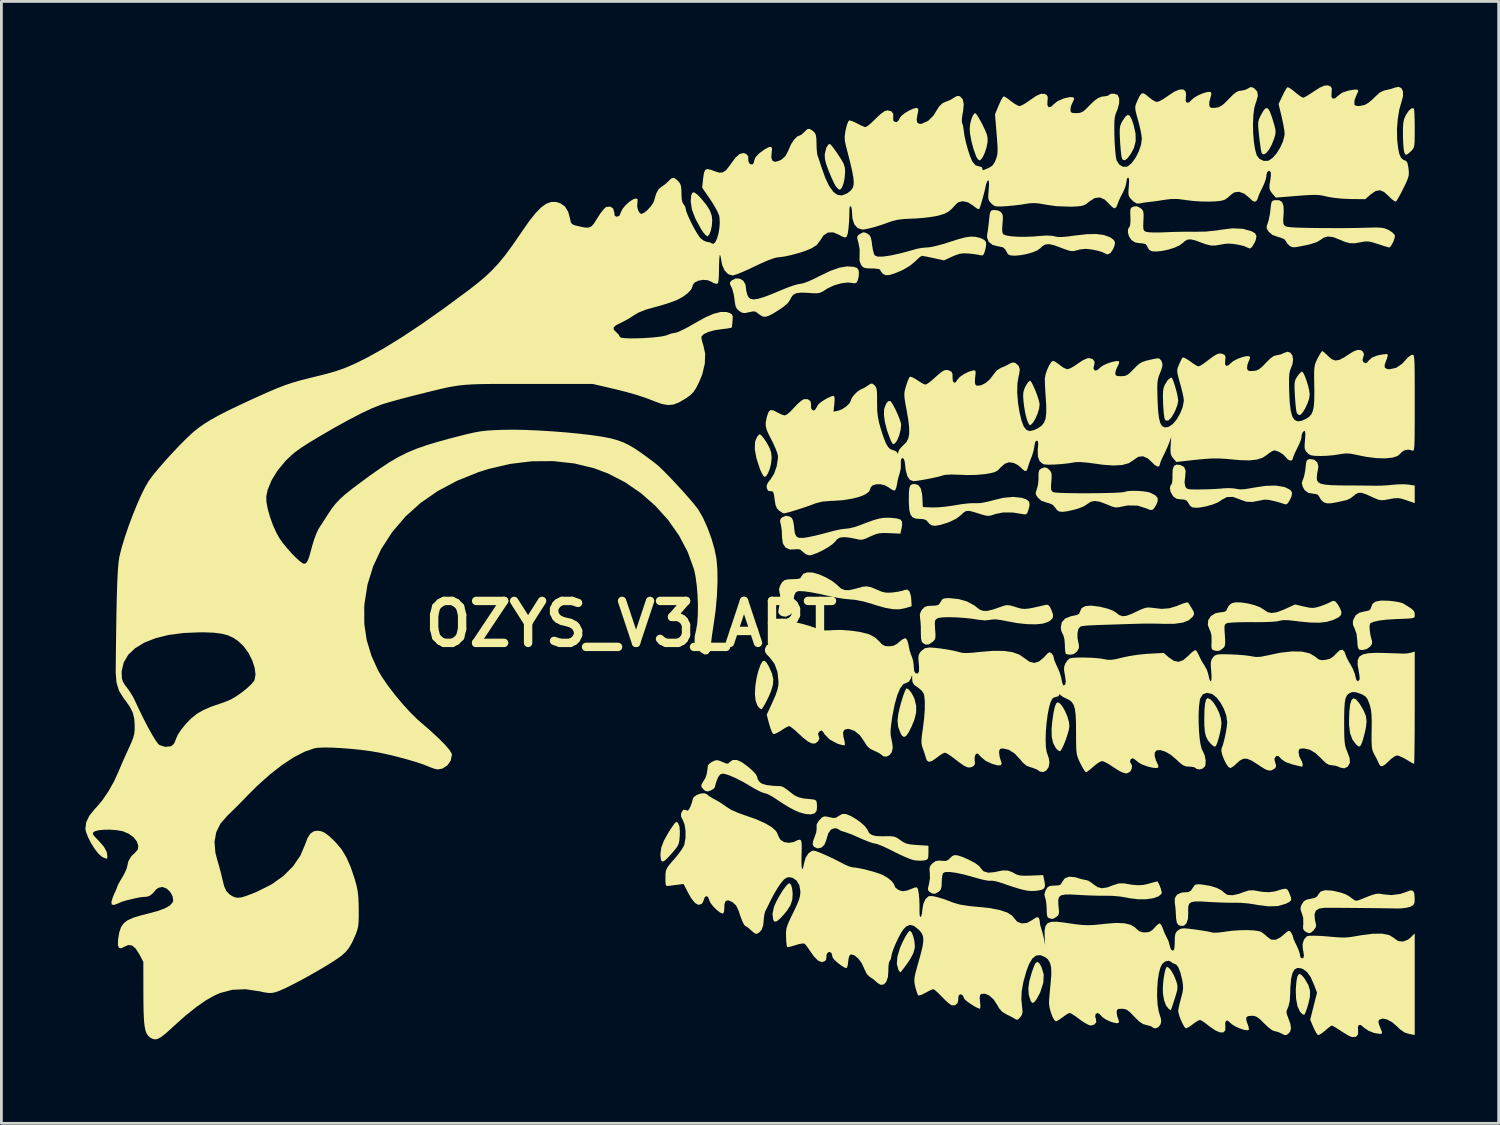
<source format=kicad_pcb>
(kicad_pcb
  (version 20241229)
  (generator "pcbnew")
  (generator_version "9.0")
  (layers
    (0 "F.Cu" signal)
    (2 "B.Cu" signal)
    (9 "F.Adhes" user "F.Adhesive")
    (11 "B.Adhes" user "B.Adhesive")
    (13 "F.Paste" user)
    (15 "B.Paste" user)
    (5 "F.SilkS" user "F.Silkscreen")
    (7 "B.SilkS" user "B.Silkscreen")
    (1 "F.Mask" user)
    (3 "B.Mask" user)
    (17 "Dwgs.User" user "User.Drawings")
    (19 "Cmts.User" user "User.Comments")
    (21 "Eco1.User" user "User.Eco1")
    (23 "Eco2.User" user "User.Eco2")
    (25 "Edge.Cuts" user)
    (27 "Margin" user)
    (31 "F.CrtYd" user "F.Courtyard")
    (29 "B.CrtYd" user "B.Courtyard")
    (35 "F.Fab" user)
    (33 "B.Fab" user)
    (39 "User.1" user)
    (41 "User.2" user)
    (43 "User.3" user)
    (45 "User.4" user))
  (footprint "OZYS_V3_ART"
    (layer "F.Cu")
    (at 19.497 19.242)
    (property "Reference" "OZYS_V3_ART" (at 0 0 0) (layer "F.SilkS") (effects (font (size 1.5 1.5) (thickness 0.3))))
    (attr board_only exclude_from_pos_files exclude_from_bom)
    (fp_poly (pts (xy 14.588 12.127) (xy 14.662 12.253) (xy 14.744 12.522) (xy 14.73 12.823) (xy 14.622 13.155) (xy 14.589 13.224) (xy 14.482 13.42) (xy 14.398 13.524) (xy 14.331 13.54) (xy 14.278 13.471) (xy 14.275 13.463) (xy 14.21 13.249) (xy 14.195 13.023) (xy 14.23 12.763) (xy 14.318 12.451) (xy 14.385 12.261) (xy 14.452 12.118) (xy 14.517 12.074)) (stroke (width 0) (type solid)) (fill yes) (layer "F.SilkS"))
    (fp_poly (pts (xy 23.935 12.525) (xy 24.036 12.633) (xy 24.074 12.688) (xy 24.202 12.908) (xy 24.261 13.112) (xy 24.255 13.334) (xy 24.2 13.574) (xy 24.146 13.751) (xy 24.095 13.889) (xy 24.058 13.961) (xy 24.057 13.963) (xy 24.002 13.956) (xy 23.919 13.875) (xy 23.895 13.843) (xy 23.81 13.655) (xy 23.761 13.393) (xy 23.75 13.076) (xy 23.773 12.775) (xy 23.808 12.594) (xy 23.861 12.511)) (stroke (width 0) (type solid)) (fill yes) (layer "F.SilkS"))
    (fp_poly (pts (xy 2.371 -15.339) (xy 2.504 -15.2) (xy 2.699 -14.962) (xy 2.822 -14.761) (xy 2.886 -14.573) (xy 2.9 -14.417) (xy 2.886 -14.226) (xy 2.849 -14.051) (xy 2.798 -13.918) (xy 2.74 -13.853) (xy 2.727 -13.85) (xy 2.665 -13.89) (xy 2.578 -13.992) (xy 2.508 -14.095) (xy 2.299 -14.478) (xy 2.174 -14.809) (xy 2.132 -15.092) (xy 2.133 -15.118) (xy 2.149 -15.308) (xy 2.19 -15.408) (xy 2.261 -15.417)) (stroke (width 0) (type solid)) (fill yes) (layer "F.SilkS"))
    (fp_poly (pts (xy 5.72 9.329) (xy 5.757 9.463) (xy 5.774 9.638) (xy 5.764 9.823) (xy 5.756 9.868) (xy 5.697 10.048) (xy 5.578 10.238) (xy 5.47 10.37) (xy 5.317 10.535) (xy 5.209 10.623) (xy 5.137 10.641) (xy 5.09 10.593) (xy 5.08 10.571) (xy 5.052 10.361) (xy 5.107 10.108) (xy 5.182 9.936) (xy 5.306 9.707) (xy 5.428 9.511) (xy 5.538 9.362) (xy 5.624 9.277) (xy 5.665 9.263)) (stroke (width 0) (type solid)) (fill yes) (layer "F.SilkS"))
    (fp_poly (pts (xy 9.921 2.343) (xy 10.01 2.452) (xy 10.094 2.601) (xy 10.128 2.684) (xy 10.188 2.928) (xy 10.187 3.168) (xy 10.121 3.431) (xy 10.023 3.668) (xy 9.915 3.882) (xy 9.827 4.005) (xy 9.751 4.04) (xy 9.682 3.993) (xy 9.633 3.913) (xy 9.544 3.68) (xy 9.521 3.447) (xy 9.551 3.207) (xy 9.597 3.001) (xy 9.655 2.788) (xy 9.716 2.589) (xy 9.774 2.428) (xy 9.822 2.325) (xy 9.846 2.3)) (stroke (width 0) (type solid)) (fill yes) (layer "F.SilkS"))
    (fp_poly (pts (xy 10.029 11.029) (xy 10.084 11.163) (xy 10.124 11.333) (xy 10.139 11.509) (xy 10.136 11.581) (xy 10.086 11.765) (xy 9.969 11.984) (xy 9.877 12.119) (xy 9.766 12.272) (xy 9.678 12.388) (xy 9.628 12.446) (xy 9.622 12.45) (xy 9.587 12.412) (xy 9.552 12.353) (xy 9.496 12.147) (xy 9.517 11.883) (xy 9.613 11.567) (xy 9.703 11.363) (xy 9.801 11.175) (xy 9.886 11.038) (xy 9.948 10.968) (xy 9.965 10.963)) (stroke (width 0) (type solid)) (fill yes) (layer "F.SilkS"))
    (fp_poly (pts (xy 17.818 -18.158) (xy 17.887 -18.034) (xy 17.952 -17.842) (xy 18.025 -17.522) (xy 18.031 -17.253) (xy 17.968 -17.007) (xy 17.866 -16.811) (xy 17.745 -16.643) (xy 17.645 -16.567) (xy 17.569 -16.583) (xy 17.53 -16.66) (xy 17.514 -16.758) (xy 17.496 -16.928) (xy 17.479 -17.142) (xy 17.471 -17.275) (xy 17.46 -17.509) (xy 17.461 -17.671) (xy 17.476 -17.785) (xy 17.51 -17.88) (xy 17.561 -17.975) (xy 17.663 -18.126) (xy 17.746 -18.188)) (stroke (width 0) (type solid)) (fill yes) (layer "F.SilkS"))
    (fp_poly (pts (xy 4.657 -6.735) (xy 4.745 -6.629) (xy 4.843 -6.481) (xy 4.847 -6.475) (xy 4.951 -6.283) (xy 5.005 -6.126) (xy 5.022 -5.964) (xy 5.022 -5.918) (xy 5.004 -5.738) (xy 4.96 -5.554) (xy 4.899 -5.395) (xy 4.831 -5.285) (xy 4.774 -5.25) (xy 4.725 -5.293) (xy 4.661 -5.404) (xy 4.609 -5.524) (xy 4.48 -5.916) (xy 4.421 -6.239) (xy 4.431 -6.494) (xy 4.456 -6.582) (xy 4.517 -6.703) (xy 4.581 -6.77) (xy 4.599 -6.775)) (stroke (width 0) (type solid)) (fill yes) (layer "F.SilkS"))
    (fp_poly (pts (xy 4.837 1.377) (xy 4.928 1.528) (xy 4.935 1.544) (xy 5.037 1.776) (xy 5.082 1.979) (xy 5.069 2.181) (xy 4.998 2.412) (xy 4.908 2.62) (xy 4.816 2.805) (xy 4.734 2.951) (xy 4.674 3.036) (xy 4.654 3.05) (xy 4.593 3.012) (xy 4.517 2.92) (xy 4.514 2.914) (xy 4.451 2.746) (xy 4.426 2.509) (xy 4.439 2.224) (xy 4.488 1.914) (xy 4.547 1.685) (xy 4.623 1.466) (xy 4.692 1.344) (xy 4.761 1.315)) (stroke (width 0) (type solid)) (fill yes) (layer "F.SilkS"))
    (fp_poly (pts (xy 9.288 -7.938) (xy 9.363 -7.821) (xy 9.451 -7.655) (xy 9.536 -7.468) (xy 9.605 -7.293) (xy 9.645 -7.161) (xy 9.65 -7.124) (xy 9.631 -6.934) (xy 9.581 -6.736) (xy 9.513 -6.567) (xy 9.446 -6.471) (xy 9.387 -6.426) (xy 9.345 -6.436) (xy 9.299 -6.514) (xy 9.259 -6.606) (xy 9.148 -6.911) (xy 9.071 -7.205) (xy 9.035 -7.466) (xy 9.043 -7.669) (xy 9.049 -7.697) (xy 9.112 -7.864) (xy 9.185 -7.957) (xy 9.258 -7.964)) (stroke (width 0) (type solid)) (fill yes) (layer "F.SilkS"))
    (fp_poly (pts (xy 15.328 2.845) (xy 15.421 2.962) (xy 15.513 3.127) (xy 15.591 3.315) (xy 15.644 3.502) (xy 15.661 3.655) (xy 15.642 3.781) (xy 15.596 3.948) (xy 15.534 4.133) (xy 15.465 4.309) (xy 15.398 4.452) (xy 15.343 4.537) (xy 15.321 4.55) (xy 15.246 4.513) (xy 15.177 4.438) (xy 15.08 4.254) (xy 15.03 4.034) (xy 15.025 3.756) (xy 15.048 3.496) (xy 15.093 3.182) (xy 15.141 2.963) (xy 15.193 2.838) (xy 15.246 2.8)) (stroke (width 0) (type solid)) (fill yes) (layer "F.SilkS"))
    (fp_poly (pts (xy 25.901 2.695) (xy 26.011 2.824) (xy 26.048 2.879) (xy 26.181 3.107) (xy 26.257 3.295) (xy 26.28 3.478) (xy 26.257 3.693) (xy 26.223 3.86) (xy 26.173 4.056) (xy 26.123 4.221) (xy 26.081 4.323) (xy 26.074 4.335) (xy 26.025 4.383) (xy 25.971 4.365) (xy 25.903 4.303) (xy 25.771 4.127) (xy 25.69 3.904) (xy 25.655 3.616) (xy 25.653 3.464) (xy 25.665 3.118) (xy 25.694 2.869) (xy 25.743 2.717) (xy 25.812 2.659)) (stroke (width 0) (type solid)) (fill yes) (layer "F.SilkS"))
    (fp_poly (pts (xy 1.649 7.087) (xy 1.686 7.13) (xy 1.73 7.238) (xy 1.744 7.418) (xy 1.74 7.559) (xy 1.727 7.734) (xy 1.7 7.859) (xy 1.644 7.968) (xy 1.543 8.097) (xy 1.471 8.181) (xy 1.319 8.349) (xy 1.216 8.448) (xy 1.146 8.488) (xy 1.098 8.479) (xy 1.084 8.468) (xy 1.064 8.401) (xy 1.051 8.272) (xy 1.05 8.204) (xy 1.08 7.991) (xy 1.173 7.745) (xy 1.335 7.454) (xy 1.465 7.255) (xy 1.553 7.13) (xy 1.608 7.078)) (stroke (width 0) (type solid)) (fill yes) (layer "F.SilkS"))
    (fp_poly (pts (xy 12.341 -18.208) (xy 12.415 -18.096) (xy 12.506 -17.934) (xy 12.555 -17.84) (xy 12.655 -17.632) (xy 12.714 -17.483) (xy 12.739 -17.364) (xy 12.739 -17.245) (xy 12.734 -17.195) (xy 12.696 -17.005) (xy 12.633 -16.819) (xy 12.559 -16.666) (xy 12.484 -16.574) (xy 12.462 -16.562) (xy 12.403 -16.59) (xy 12.338 -16.688) (xy 12.324 -16.72) (xy 12.233 -16.977) (xy 12.159 -17.258) (xy 12.112 -17.523) (xy 12.1 -17.687) (xy 12.116 -17.856) (xy 12.156 -18.023) (xy 12.212 -18.161) (xy 12.272 -18.241) (xy 12.297 -18.25)) (stroke (width 0) (type solid)) (fill yes) (layer "F.SilkS"))
    (fp_poly (pts (xy 14.306 -8.634) (xy 14.371 -8.51) (xy 14.444 -8.345) (xy 14.512 -8.166) (xy 14.566 -7.998) (xy 14.595 -7.871) (xy 14.597 -7.845) (xy 14.579 -7.692) (xy 14.526 -7.515) (xy 14.451 -7.342) (xy 14.368 -7.2) (xy 14.287 -7.114) (xy 14.249 -7.1) (xy 14.21 -7.144) (xy 14.161 -7.256) (xy 14.13 -7.348) (xy 14.085 -7.536) (xy 14.045 -7.765) (xy 14.023 -7.939) (xy 14.009 -8.14) (xy 14.018 -8.282) (xy 14.056 -8.407) (xy 14.097 -8.494) (xy 14.171 -8.615) (xy 14.235 -8.683) (xy 14.259 -8.689)) (stroke (width 0) (type solid)) (fill yes) (layer "F.SilkS"))
    (fp_poly (pts (xy 19.222 12.293) (xy 19.311 12.406) (xy 19.399 12.565) (xy 19.473 12.744) (xy 19.473 12.745) (xy 19.511 12.867) (xy 19.525 12.966) (xy 19.516 13.072) (xy 19.479 13.217) (xy 19.424 13.393) (xy 19.365 13.576) (xy 19.318 13.717) (xy 19.29 13.792) (xy 19.285 13.799) (xy 19.241 13.776) (xy 19.219 13.762) (xy 19.119 13.643) (xy 19.045 13.449) (xy 19.005 13.205) (xy 19 13.08) (xy 19.008 12.868) (xy 19.031 12.657) (xy 19.063 12.469) (xy 19.1 12.327) (xy 19.139 12.255) (xy 19.151 12.25)) (stroke (width 0) (type solid)) (fill yes) (layer "F.SilkS"))
    (fp_poly (pts (xy 19.343 -8.755) (xy 19.389 -8.64) (xy 19.44 -8.481) (xy 19.489 -8.304) (xy 19.527 -8.135) (xy 19.548 -8.003) (xy 19.549 -7.97) (xy 19.526 -7.846) (xy 19.468 -7.679) (xy 19.41 -7.55) (xy 19.3 -7.367) (xy 19.199 -7.27) (xy 19.114 -7.263) (xy 19.071 -7.306) (xy 19.053 -7.38) (xy 19.034 -7.53) (xy 19.018 -7.73) (xy 19.01 -7.875) (xy 19.003 -8.125) (xy 19.008 -8.301) (xy 19.027 -8.428) (xy 19.065 -8.531) (xy 19.076 -8.553) (xy 19.182 -8.721) (xy 19.282 -8.795) (xy 19.31 -8.799)) (stroke (width 0) (type solid)) (fill yes) (layer "F.SilkS"))
    (fp_poly (pts (xy 20.702 2.695) (xy 20.811 2.812) (xy 20.918 2.98) (xy 21.01 3.173) (xy 21.073 3.367) (xy 21.095 3.54) (xy 21.095 3.542) (xy 21.08 3.696) (xy 21.046 3.881) (xy 21 4.069) (xy 20.95 4.234) (xy 20.903 4.348) (xy 20.872 4.385) (xy 20.805 4.364) (xy 20.716 4.289) (xy 20.716 4.288) (xy 20.612 4.159) (xy 20.544 4.026) (xy 20.503 3.865) (xy 20.485 3.649) (xy 20.481 3.425) (xy 20.487 3.09) (xy 20.508 2.852) (xy 20.544 2.706) (xy 20.596 2.651) (xy 20.603 2.65)) (stroke (width 0) (type solid)) (fill yes) (layer "F.SilkS"))
    (fp_poly (pts (xy 7.146 -17.111) (xy 7.23 -17.007) (xy 7.338 -16.856) (xy 7.396 -16.771) (xy 7.52 -16.579) (xy 7.596 -16.44) (xy 7.634 -16.323) (xy 7.647 -16.199) (xy 7.647 -16.133) (xy 7.63 -15.919) (xy 7.589 -15.727) (xy 7.532 -15.583) (xy 7.466 -15.513) (xy 7.464 -15.513) (xy 7.402 -15.538) (xy 7.322 -15.627) (xy 7.301 -15.659) (xy 7.235 -15.785) (xy 7.151 -15.97) (xy 7.065 -16.178) (xy 7.047 -16.223) (xy 6.967 -16.449) (xy 6.927 -16.616) (xy 6.92 -16.752) (xy 6.928 -16.823) (xy 6.977 -17.012) (xy 7.045 -17.124) (xy 7.103 -17.15)) (stroke (width 0) (type solid)) (fill yes) (layer "F.SilkS"))
    (fp_poly (pts (xy 22.75 -18.421) (xy 22.817 -18.322) (xy 22.891 -18.128) (xy 22.925 -18.021) (xy 22.987 -17.813) (xy 23.021 -17.671) (xy 23.029 -17.565) (xy 23.015 -17.467) (xy 22.979 -17.346) (xy 22.975 -17.337) (xy 22.89 -17.119) (xy 22.794 -16.945) (xy 22.697 -16.826) (xy 22.611 -16.775) (xy 22.546 -16.802) (xy 22.528 -16.835) (xy 22.509 -16.918) (xy 22.485 -17.075) (xy 22.457 -17.281) (xy 22.44 -17.432) (xy 22.416 -17.665) (xy 22.406 -17.825) (xy 22.412 -17.939) (xy 22.436 -18.034) (xy 22.482 -18.135) (xy 22.507 -18.185) (xy 22.603 -18.35) (xy 22.681 -18.43)) (stroke (width 0) (type solid)) (fill yes) (layer "F.SilkS"))
    (fp_poly (pts (xy 24.02 -8.968) (xy 24.076 -8.85) (xy 24.136 -8.687) (xy 24.191 -8.506) (xy 24.231 -8.334) (xy 24.248 -8.198) (xy 24.248 -8.193) (xy 24.227 -8.052) (xy 24.17 -7.881) (xy 24.09 -7.708) (xy 24.003 -7.563) (xy 23.922 -7.474) (xy 23.891 -7.46) (xy 23.816 -7.49) (xy 23.779 -7.56) (xy 23.762 -7.658) (xy 23.743 -7.828) (xy 23.726 -8.042) (xy 23.717 -8.175) (xy 23.706 -8.407) (xy 23.706 -8.565) (xy 23.72 -8.673) (xy 23.752 -8.757) (xy 23.804 -8.843) (xy 23.807 -8.847) (xy 23.891 -8.953) (xy 23.96 -9.011) (xy 23.975 -9.015)) (stroke (width 0) (type solid)) (fill yes) (layer "F.SilkS"))
    (fp_poly (pts (xy 27.97 -18.413) (xy 27.981 -18.355) (xy 27.99 -18.216) (xy 27.997 -18.015) (xy 28 -17.772) (xy 28 -17.701) (xy 27.999 -17.428) (xy 27.996 -17.236) (xy 27.986 -17.107) (xy 27.966 -17.022) (xy 27.933 -16.962) (xy 27.884 -16.908) (xy 27.86 -16.884) (xy 27.747 -16.785) (xy 27.681 -16.76) (xy 27.64 -16.81) (xy 27.618 -16.886) (xy 27.602 -16.996) (xy 27.589 -17.175) (xy 27.581 -17.392) (xy 27.579 -17.499) (xy 27.581 -17.74) (xy 27.594 -17.911) (xy 27.623 -18.041) (xy 27.673 -18.158) (xy 27.685 -18.181) (xy 27.788 -18.338) (xy 27.884 -18.421) (xy 27.961 -18.421)) (stroke (width 0) (type solid)) (fill yes) (layer "F.SilkS"))
    (fp_poly (pts (xy 27.062 -0.828) (xy 27.093 -0.826) (xy 27.293 -0.802) (xy 27.464 -0.771) (xy 27.573 -0.738) (xy 27.583 -0.733) (xy 27.776 -0.615) (xy 27.899 -0.531) (xy 27.966 -0.465) (xy 27.994 -0.403) (xy 28 -0.338) (xy 28.001 -0.282) (xy 27.993 -0.243) (xy 27.96 -0.217) (xy 27.888 -0.201) (xy 27.761 -0.19) (xy 27.562 -0.181) (xy 27.325 -0.172) (xy 26.993 -0.152) (xy 26.724 -0.119) (xy 26.529 -0.075) (xy 26.419 -0.024) (xy 26.402 -0.004) (xy 26.386 0.093) (xy 26.395 0.25) (xy 26.424 0.428) (xy 26.469 0.592) (xy 26.476 0.61) (xy 26.472 0.72) (xy 26.396 0.822) (xy 26.273 0.9) (xy 26.131 0.935) (xy 26.012 0.917) (xy 25.972 0.85) (xy 25.952 0.7) (xy 25.95 0.621) (xy 25.921 0.356) (xy 25.854 0.171) (xy 25.793 0.026) (xy 25.791 -0.093) (xy 25.808 -0.151) (xy 25.888 -0.305) (xy 26.012 -0.397) (xy 26.205 -0.446) (xy 26.217 -0.447) (xy 26.356 -0.477) (xy 26.422 -0.527) (xy 26.441 -0.589) (xy 26.492 -0.717) (xy 26.606 -0.798) (xy 26.793 -0.834)) (stroke (width 0) (type solid)) (fill yes) (layer "F.SilkS"))
    (fp_poly (pts (xy 20.414 9.314) (xy 20.686 9.359) (xy 20.923 9.431) (xy 21.1 9.52) (xy 21.183 9.596) (xy 21.3 9.679) (xy 21.48 9.696) (xy 21.712 9.647) (xy 21.852 9.594) (xy 22.065 9.524) (xy 22.238 9.518) (xy 22.262 9.522) (xy 22.555 9.573) (xy 22.787 9.586) (xy 22.987 9.561) (xy 23.099 9.53) (xy 23.275 9.476) (xy 23.383 9.459) (xy 23.448 9.488) (xy 23.497 9.567) (xy 23.524 9.631) (xy 23.581 9.78) (xy 23.585 9.87) (xy 23.524 9.934) (xy 23.387 10.001) (xy 23.114 10.08) (xy 22.778 10.092) (xy 22.373 10.04) (xy 22.303 10.026) (xy 22.063 9.989) (xy 21.787 9.965) (xy 21.563 9.961) (xy 21.337 9.961) (xy 21.058 9.954) (xy 20.77 9.941) (xy 20.639 9.933) (xy 20.35 9.916) (xy 20.147 9.917) (xy 20.015 9.944) (xy 19.94 10.003) (xy 19.908 10.102) (xy 19.905 10.247) (xy 19.908 10.302) (xy 19.899 10.534) (xy 19.844 10.697) (xy 19.752 10.785) (xy 19.629 10.788) (xy 19.55 10.751) (xy 19.498 10.667) (xy 19.471 10.494) (xy 19.468 10.414) (xy 19.458 10.224) (xy 19.44 10.05) (xy 19.426 9.973) (xy 19.428 9.8) (xy 19.512 9.671) (xy 19.668 9.6) (xy 19.779 9.591) (xy 19.919 9.58) (xy 20.004 9.528) (xy 20.065 9.44) (xy 20.123 9.351) (xy 20.185 9.309) (xy 20.286 9.302)) (stroke (width 0) (type solid)) (fill yes) (layer "F.SilkS"))
    (fp_poly (pts (xy 10.259 -4.963) (xy 10.347 -4.849) (xy 10.397 -4.65) (xy 10.41 -4.499) (xy 10.425 -4.175) (xy 10.75 -4.16) (xy 10.948 -4.164) (xy 11.201 -4.186) (xy 11.466 -4.221) (xy 11.575 -4.24) (xy 11.814 -4.279) (xy 12.04 -4.305) (xy 12.22 -4.315) (xy 12.287 -4.312) (xy 12.493 -4.318) (xy 12.749 -4.368) (xy 12.839 -4.393) (xy 13.281 -4.502) (xy 13.654 -4.539) (xy 13.961 -4.504) (xy 13.979 -4.499) (xy 14.147 -4.437) (xy 14.228 -4.357) (xy 14.238 -4.233) (xy 14.203 -4.091) (xy 14.159 -3.965) (xy 14.11 -3.914) (xy 14.033 -3.916) (xy 14.009 -3.921) (xy 13.641 -3.98) (xy 13.304 -3.983) (xy 13.022 -3.928) (xy 13.008 -3.923) (xy 12.872 -3.877) (xy 12.77 -3.859) (xy 12.665 -3.871) (xy 12.519 -3.912) (xy 12.428 -3.942) (xy 12.215 -4.008) (xy 12.071 -4.039) (xy 11.97 -4.031) (xy 11.887 -3.984) (xy 11.795 -3.895) (xy 11.793 -3.893) (xy 11.631 -3.767) (xy 11.399 -3.651) (xy 11.311 -3.618) (xy 11.056 -3.538) (xy 10.873 -3.505) (xy 10.744 -3.52) (xy 10.653 -3.583) (xy 10.62 -3.625) (xy 10.543 -3.709) (xy 10.433 -3.745) (xy 10.327 -3.75) (xy 10.165 -3.764) (xy 10.052 -3.814) (xy 9.98 -3.916) (xy 9.94 -4.083) (xy 9.925 -4.33) (xy 9.924 -4.443) (xy 9.927 -4.686) (xy 9.942 -4.847) (xy 9.974 -4.941) (xy 10.031 -4.986) (xy 10.118 -4.999) (xy 10.13 -4.999)) (stroke (width 0) (type solid)) (fill yes) (layer "F.SilkS"))
    (fp_poly (pts (xy 25.035 9.528) (xy 25.143 9.548) (xy 25.367 9.602) (xy 25.526 9.658) (xy 25.656 9.73) (xy 25.761 9.808) (xy 25.848 9.872) (xy 25.919 9.891) (xy 26.014 9.867) (xy 26.111 9.828) (xy 26.345 9.733) (xy 26.511 9.673) (xy 26.632 9.643) (xy 26.732 9.638) (xy 26.833 9.653) (xy 26.869 9.661) (xy 27.171 9.689) (xy 27.487 9.648) (xy 27.719 9.568) (xy 27.856 9.519) (xy 27.941 9.537) (xy 27.985 9.632) (xy 27.999 9.815) (xy 27.999 9.831) (xy 27.991 9.969) (xy 27.949 10.045) (xy 27.85 10.101) (xy 27.837 10.106) (xy 27.696 10.143) (xy 27.505 10.165) (xy 27.375 10.168) (xy 27.177 10.164) (xy 26.917 10.16) (xy 26.612 10.156) (xy 26.281 10.152) (xy 25.942 10.149) (xy 25.613 10.146) (xy 25.312 10.144) (xy 25.058 10.143) (xy 24.869 10.143) (xy 24.766 10.144) (xy 24.579 10.172) (xy 24.465 10.248) (xy 24.419 10.383) (xy 24.436 10.585) (xy 24.478 10.753) (xy 24.461 10.843) (xy 24.39 10.947) (xy 24.297 11.028) (xy 24.233 11.05) (xy 24.144 11.022) (xy 24.077 10.983) (xy 24.017 10.911) (xy 24.009 10.803) (xy 24.019 10.738) (xy 24.015 10.497) (xy 23.973 10.359) (xy 23.925 10.223) (xy 23.922 10.129) (xy 23.961 10.028) (xy 23.971 10.008) (xy 24.042 9.906) (xy 24.145 9.85) (xy 24.278 9.822) (xy 24.435 9.786) (xy 24.521 9.727) (xy 24.552 9.67) (xy 24.64 9.561) (xy 24.8 9.514)) (stroke (width 0) (type solid)) (fill yes) (layer "F.SilkS"))
    (fp_poly (pts (xy 24.412 -5.866) (xy 24.519 -5.77) (xy 24.558 -5.625) (xy 24.545 -5.533) (xy 24.512 -5.365) (xy 24.5 -5.219) (xy 24.512 -5.127) (xy 24.556 -5.059) (xy 24.644 -5.01) (xy 24.788 -4.978) (xy 25.001 -4.958) (xy 25.293 -4.949) (xy 25.525 -4.947) (xy 25.818 -4.946) (xy 26.103 -4.944) (xy 26.352 -4.941) (xy 26.537 -4.938) (xy 26.575 -4.937) (xy 26.797 -4.94) (xy 27.049 -4.955) (xy 27.208 -4.971) (xy 27.423 -4.988) (xy 27.638 -4.989) (xy 27.77 -4.978) (xy 28 -4.944) (xy 28 -4.629) (xy 28 -4.315) (xy 27.706 -4.418) (xy 27.532 -4.473) (xy 27.397 -4.495) (xy 27.253 -4.486) (xy 27.092 -4.457) (xy 26.922 -4.426) (xy 26.8 -4.419) (xy 26.689 -4.442) (xy 26.547 -4.501) (xy 26.449 -4.547) (xy 26.241 -4.64) (xy 26.096 -4.685) (xy 25.989 -4.685) (xy 25.896 -4.638) (xy 25.819 -4.574) (xy 25.691 -4.48) (xy 25.563 -4.423) (xy 25.554 -4.421) (xy 25.421 -4.392) (xy 25.253 -4.356) (xy 25.215 -4.347) (xy 25.011 -4.31) (xy 24.868 -4.308) (xy 24.758 -4.343) (xy 24.735 -4.356) (xy 24.647 -4.442) (xy 24.598 -4.529) (xy 24.534 -4.621) (xy 24.418 -4.65) (xy 24.398 -4.65) (xy 24.201 -4.68) (xy 24.067 -4.779) (xy 24.003 -4.894) (xy 23.967 -5.023) (xy 23.993 -5.132) (xy 24.007 -5.158) (xy 24.047 -5.272) (xy 24.082 -5.442) (xy 24.099 -5.575) (xy 24.117 -5.742) (xy 24.142 -5.834) (xy 24.187 -5.875) (xy 24.258 -5.89)) (stroke (width 0) (type solid)) (fill yes) (layer "F.SilkS"))
    (fp_poly (pts (xy 11.678 8.271) (xy 11.84 8.326) (xy 12.059 8.422) (xy 12.296 8.546) (xy 12.441 8.655) (xy 12.489 8.721) (xy 12.594 8.84) (xy 12.765 8.89) (xy 12.993 8.868) (xy 13.035 8.858) (xy 13.273 8.809) (xy 13.458 8.812) (xy 13.622 8.87) (xy 13.683 8.905) (xy 13.782 8.957) (xy 13.89 8.987) (xy 14.034 8.998) (xy 14.243 8.994) (xy 14.289 8.993) (xy 14.724 8.975) (xy 14.77 9.19) (xy 14.791 9.348) (xy 14.762 9.447) (xy 14.668 9.503) (xy 14.493 9.533) (xy 14.437 9.539) (xy 14.308 9.543) (xy 14.174 9.533) (xy 14.017 9.503) (xy 13.82 9.449) (xy 13.566 9.368) (xy 13.235 9.255) (xy 13.228 9.253) (xy 13.058 9.202) (xy 12.915 9.176) (xy 12.843 9.177) (xy 12.759 9.175) (xy 12.606 9.147) (xy 12.407 9.097) (xy 12.264 9.056) (xy 11.915 8.959) (xy 11.618 8.894) (xy 11.384 8.863) (xy 11.223 8.867) (xy 11.145 8.906) (xy 11.12 8.994) (xy 11.104 9.14) (xy 11.101 9.235) (xy 11.092 9.402) (xy 11.058 9.504) (xy 10.989 9.572) (xy 10.864 9.64) (xy 10.76 9.632) (xy 10.675 9.581) (xy 10.618 9.527) (xy 10.606 9.458) (xy 10.633 9.339) (xy 10.643 9.304) (xy 10.679 9.094) (xy 10.674 8.885) (xy 10.662 8.739) (xy 10.691 8.643) (xy 10.769 8.555) (xy 10.879 8.476) (xy 11.001 8.455) (xy 11.094 8.463) (xy 11.237 8.47) (xy 11.333 8.431) (xy 11.395 8.37) (xy 11.475 8.294) (xy 11.563 8.261)) (stroke (width 0) (type solid)) (fill yes) (layer "F.SilkS"))
    (fp_poly (pts (xy 5.679 -3.834) (xy 5.753 -3.771) (xy 5.789 -3.684) (xy 5.818 -3.538) (xy 5.827 -3.443) (xy 5.851 -3.247) (xy 5.903 -3.128) (xy 5.999 -3.074) (xy 6.158 -3.073) (xy 6.333 -3.101) (xy 6.557 -3.148) (xy 6.821 -3.212) (xy 7.068 -3.279) (xy 7.078 -3.282) (xy 7.292 -3.338) (xy 7.495 -3.38) (xy 7.648 -3.399) (xy 7.669 -3.4) (xy 7.817 -3.419) (xy 8.01 -3.468) (xy 8.166 -3.522) (xy 8.466 -3.638) (xy 8.698 -3.718) (xy 8.882 -3.767) (xy 9.042 -3.791) (xy 9.2 -3.794) (xy 9.284 -3.79) (xy 9.497 -3.769) (xy 9.625 -3.728) (xy 9.683 -3.654) (xy 9.686 -3.533) (xy 9.67 -3.44) (xy 9.624 -3.225) (xy 9.23 -3.243) (xy 9.014 -3.249) (xy 8.857 -3.236) (xy 8.718 -3.198) (xy 8.554 -3.127) (xy 8.541 -3.121) (xy 8.374 -3.045) (xy 8.258 -3.011) (xy 8.153 -3.011) (xy 8.023 -3.04) (xy 7.834 -3.078) (xy 7.644 -3.099) (xy 7.603 -3.1) (xy 7.456 -3.084) (xy 7.355 -3.018) (xy 7.296 -2.945) (xy 7.191 -2.843) (xy 7.023 -2.728) (xy 6.823 -2.616) (xy 6.621 -2.522) (xy 6.447 -2.462) (xy 6.364 -2.45) (xy 6.251 -2.486) (xy 6.143 -2.572) (xy 6.037 -2.66) (xy 5.918 -2.671) (xy 5.895 -2.667) (xy 5.677 -2.657) (xy 5.52 -2.727) (xy 5.424 -2.875) (xy 5.392 -3.1) (xy 5.393 -3.15) (xy 5.386 -3.336) (xy 5.359 -3.515) (xy 5.35 -3.55) (xy 5.323 -3.676) (xy 5.344 -3.753) (xy 5.399 -3.808) (xy 5.537 -3.865)) (stroke (width 0) (type solid)) (fill yes) (layer "F.SilkS"))
    (fp_poly (pts (xy 14.872 -5.567) (xy 14.948 -5.502) (xy 15.002 -5.433) (xy 15.026 -5.346) (xy 15.027 -5.211) (xy 15.017 -5.082) (xy 15.003 -4.904) (xy 15.009 -4.799) (xy 15.038 -4.741) (xy 15.085 -4.708) (xy 15.161 -4.694) (xy 15.318 -4.683) (xy 15.541 -4.675) (xy 15.812 -4.67) (xy 16.113 -4.668) (xy 16.428 -4.669) (xy 16.74 -4.672) (xy 17.03 -4.678) (xy 17.283 -4.686) (xy 17.48 -4.696) (xy 17.606 -4.709) (xy 17.64 -4.719) (xy 17.738 -4.744) (xy 17.902 -4.755) (xy 18.101 -4.752) (xy 18.301 -4.737) (xy 18.472 -4.711) (xy 18.556 -4.686) (xy 18.731 -4.596) (xy 18.815 -4.5) (xy 18.817 -4.383) (xy 18.77 -4.27) (xy 18.689 -4.131) (xy 18.62 -4.071) (xy 18.532 -4.076) (xy 18.415 -4.126) (xy 18.093 -4.227) (xy 17.75 -4.232) (xy 17.573 -4.2) (xy 17.419 -4.167) (xy 17.305 -4.163) (xy 17.188 -4.192) (xy 17.027 -4.259) (xy 17.008 -4.267) (xy 16.76 -4.362) (xy 16.569 -4.394) (xy 16.417 -4.361) (xy 16.303 -4.282) (xy 16.179 -4.203) (xy 15.993 -4.127) (xy 15.84 -4.082) (xy 15.591 -4.026) (xy 15.417 -4.004) (xy 15.3 -4.016) (xy 15.22 -4.065) (xy 15.163 -4.143) (xy 15.072 -4.251) (xy 14.931 -4.314) (xy 14.858 -4.331) (xy 14.654 -4.403) (xy 14.532 -4.514) (xy 14.466 -4.619) (xy 14.46 -4.707) (xy 14.499 -4.814) (xy 14.538 -4.961) (xy 14.558 -5.15) (xy 14.558 -5.235) (xy 14.559 -5.398) (xy 14.584 -5.492) (xy 14.64 -5.544) (xy 14.646 -5.548) (xy 14.772 -5.595)) (stroke (width 0) (type solid)) (fill yes) (layer "F.SilkS"))
    (fp_poly (pts (xy 15.866 9.05) (xy 15.942 9.073) (xy 16.096 9.119) (xy 16.223 9.147) (xy 16.257 9.15) (xy 16.348 9.181) (xy 16.469 9.26) (xy 16.517 9.3) (xy 16.67 9.406) (xy 16.826 9.444) (xy 17.012 9.415) (xy 17.202 9.344) (xy 17.429 9.271) (xy 17.612 9.27) (xy 17.899 9.319) (xy 18.121 9.337) (xy 18.309 9.325) (xy 18.493 9.283) (xy 18.522 9.274) (xy 18.673 9.23) (xy 18.78 9.206) (xy 18.815 9.205) (xy 18.878 9.325) (xy 18.93 9.463) (xy 18.959 9.582) (xy 18.956 9.64) (xy 18.843 9.736) (xy 18.653 9.803) (xy 18.406 9.837) (xy 18.12 9.838) (xy 17.816 9.802) (xy 17.685 9.775) (xy 17.465 9.739) (xy 17.204 9.716) (xy 16.969 9.711) (xy 16.748 9.712) (xy 16.47 9.705) (xy 16.176 9.693) (xy 15.994 9.683) (xy 15.702 9.667) (xy 15.496 9.67) (xy 15.363 9.699) (xy 15.289 9.763) (xy 15.262 9.869) (xy 15.267 10.024) (xy 15.275 10.102) (xy 15.29 10.268) (xy 15.283 10.366) (xy 15.245 10.428) (xy 15.193 10.469) (xy 15.101 10.526) (xy 15.051 10.544) (xy 14.986 10.528) (xy 14.938 10.516) (xy 14.887 10.483) (xy 14.86 10.404) (xy 14.85 10.254) (xy 14.85 10.199) (xy 14.841 10.015) (xy 14.817 9.856) (xy 14.795 9.784) (xy 14.767 9.671) (xy 14.802 9.547) (xy 14.821 9.507) (xy 14.884 9.408) (xy 14.961 9.363) (xy 15.092 9.35) (xy 15.128 9.35) (xy 15.273 9.342) (xy 15.351 9.308) (xy 15.397 9.232) (xy 15.4 9.224) (xy 15.498 9.09) (xy 15.656 9.031)) (stroke (width 0) (type solid)) (fill yes) (layer "F.SilkS"))
    (fp_poly (pts (xy 19.627 -5.679) (xy 19.758 -5.609) (xy 19.815 -5.478) (xy 19.801 -5.28) (xy 19.797 -5.262) (xy 19.776 -5.054) (xy 19.799 -4.927) (xy 19.825 -4.87) (xy 19.862 -4.834) (xy 19.93 -4.813) (xy 20.05 -4.805) (xy 20.241 -4.804) (xy 20.361 -4.805) (xy 20.615 -4.81) (xy 20.866 -4.821) (xy 21.074 -4.835) (xy 21.15 -4.843) (xy 21.346 -4.853) (xy 21.537 -4.841) (xy 21.614 -4.827) (xy 21.757 -4.806) (xy 21.935 -4.815) (xy 22.176 -4.855) (xy 22.221 -4.864) (xy 22.665 -4.933) (xy 23.036 -4.943) (xy 23.331 -4.894) (xy 23.395 -4.871) (xy 23.55 -4.791) (xy 23.617 -4.698) (xy 23.602 -4.57) (xy 23.546 -4.443) (xy 23.47 -4.316) (xy 23.405 -4.27) (xy 23.359 -4.277) (xy 23.267 -4.308) (xy 23.115 -4.353) (xy 22.979 -4.389) (xy 22.782 -4.432) (xy 22.629 -4.439) (xy 22.474 -4.41) (xy 22.466 -4.408) (xy 22.199 -4.357) (xy 21.979 -4.367) (xy 21.77 -4.44) (xy 21.75 -4.45) (xy 21.504 -4.538) (xy 21.29 -4.533) (xy 21.113 -4.438) (xy 21.103 -4.429) (xy 20.969 -4.343) (xy 20.77 -4.263) (xy 20.538 -4.197) (xy 20.307 -4.157) (xy 20.182 -4.15) (xy 20.047 -4.166) (xy 19.964 -4.233) (xy 19.925 -4.3) (xy 19.856 -4.401) (xy 19.765 -4.443) (xy 19.652 -4.45) (xy 19.495 -4.47) (xy 19.386 -4.544) (xy 19.354 -4.582) (xy 19.277 -4.72) (xy 19.252 -4.856) (xy 19.281 -4.957) (xy 19.303 -4.977) (xy 19.331 -5.043) (xy 19.345 -5.181) (xy 19.344 -5.311) (xy 19.352 -5.52) (xy 19.399 -5.645) (xy 19.493 -5.693)) (stroke (width 0) (type solid)) (fill yes) (layer "F.SilkS"))
    (fp_poly (pts (xy 6.483 -1.837) (xy 6.488 -1.836) (xy 6.714 -1.771) (xy 6.958 -1.664) (xy 7.184 -1.534) (xy 7.355 -1.4) (xy 7.372 -1.381) (xy 7.5 -1.266) (xy 7.634 -1.209) (xy 7.798 -1.207) (xy 8.019 -1.257) (xy 8.08 -1.274) (xy 8.271 -1.327) (xy 8.414 -1.342) (xy 8.55 -1.318) (xy 8.72 -1.252) (xy 8.788 -1.221) (xy 8.968 -1.147) (xy 9.115 -1.116) (xy 9.283 -1.118) (xy 9.372 -1.127) (xy 9.551 -1.153) (xy 9.7 -1.186) (xy 9.768 -1.211) (xy 9.876 -1.227) (xy 9.954 -1.15) (xy 10.001 -0.985) (xy 10.012 -0.877) (xy 10.025 -0.632) (xy 9.8 -0.563) (xy 9.595 -0.523) (xy 9.366 -0.525) (xy 9.093 -0.572) (xy 8.759 -0.665) (xy 8.626 -0.709) (xy 8.306 -0.801) (xy 8.008 -0.86) (xy 7.85 -0.874) (xy 7.64 -0.893) (xy 7.384 -0.932) (xy 7.133 -0.982) (xy 7.1 -0.989) (xy 6.733 -1.072) (xy 6.421 -1.131) (xy 6.176 -1.166) (xy 6.008 -1.173) (xy 5.958 -1.167) (xy 5.879 -1.119) (xy 5.83 -1.016) (xy 5.806 -0.841) (xy 5.801 -0.665) (xy 5.792 -0.498) (xy 5.758 -0.396) (xy 5.689 -0.328) (xy 5.532 -0.257) (xy 5.388 -0.28) (xy 5.329 -0.316) (xy 5.28 -0.363) (xy 5.262 -0.427) (xy 5.275 -0.538) (xy 5.301 -0.661) (xy 5.336 -0.878) (xy 5.326 -1.039) (xy 5.311 -1.089) (xy 5.286 -1.239) (xy 5.332 -1.381) (xy 5.404 -1.498) (xy 5.487 -1.564) (xy 5.611 -1.593) (xy 5.792 -1.599) (xy 5.952 -1.606) (xy 6.039 -1.629) (xy 6.079 -1.68) (xy 6.086 -1.701) (xy 6.158 -1.794) (xy 6.298 -1.842)) (stroke (width 0) (type solid)) (fill yes) (layer "F.SilkS"))
    (fp_poly (pts (xy 13.124 -14.769) (xy 13.207 -14.719) (xy 13.259 -14.658) (xy 13.283 -14.579) (xy 13.284 -14.452) (xy 13.272 -14.301) (xy 13.259 -14.104) (xy 13.268 -13.984) (xy 13.303 -13.92) (xy 13.307 -13.917) (xy 13.409 -13.878) (xy 13.589 -13.849) (xy 13.824 -13.833) (xy 14.093 -13.831) (xy 14.375 -13.842) (xy 14.522 -13.855) (xy 14.826 -13.876) (xy 15.041 -13.868) (xy 15.132 -13.848) (xy 15.239 -13.826) (xy 15.386 -13.824) (xy 15.594 -13.841) (xy 15.872 -13.878) (xy 16.288 -13.925) (xy 16.623 -13.931) (xy 16.89 -13.897) (xy 17.099 -13.822) (xy 17.141 -13.798) (xy 17.252 -13.714) (xy 17.293 -13.622) (xy 17.267 -13.496) (xy 17.216 -13.377) (xy 17.122 -13.244) (xy 17.018 -13.2) (xy 16.922 -13.243) (xy 16.834 -13.287) (xy 16.682 -13.332) (xy 16.5 -13.371) (xy 16.324 -13.395) (xy 16.235 -13.4) (xy 16.06 -13.382) (xy 15.905 -13.344) (xy 15.813 -13.321) (xy 15.717 -13.323) (xy 15.59 -13.355) (xy 15.405 -13.422) (xy 15.344 -13.446) (xy 15.104 -13.533) (xy 14.93 -13.57) (xy 14.801 -13.557) (xy 14.693 -13.493) (xy 14.625 -13.425) (xy 14.515 -13.346) (xy 14.345 -13.275) (xy 14.141 -13.216) (xy 13.927 -13.176) (xy 13.728 -13.157) (xy 13.568 -13.164) (xy 13.473 -13.203) (xy 13.465 -13.213) (xy 13.41 -13.308) (xy 13.374 -13.375) (xy 13.295 -13.451) (xy 13.145 -13.488) (xy 13.113 -13.49) (xy 12.915 -13.542) (xy 12.779 -13.653) (xy 12.718 -13.809) (xy 12.725 -13.924) (xy 12.747 -14.052) (xy 12.771 -14.238) (xy 12.791 -14.425) (xy 12.811 -14.608) (xy 12.834 -14.714) (xy 12.87 -14.766) (xy 12.931 -14.787) (xy 12.967 -14.791)) (stroke (width 0) (type solid)) (fill yes) (layer "F.SilkS"))
    (fp_poly (pts (xy 18.188 -14.866) (xy 18.198 -14.859) (xy 18.264 -14.801) (xy 18.3 -14.735) (xy 18.313 -14.634) (xy 18.31 -14.468) (xy 18.307 -14.407) (xy 18.3 -14.221) (xy 18.306 -14.11) (xy 18.332 -14.05) (xy 18.383 -14.017) (xy 18.407 -14.008) (xy 18.503 -13.993) (xy 18.674 -13.985) (xy 18.893 -13.986) (xy 19.1 -13.994) (xy 19.395 -14.005) (xy 19.715 -14.012) (xy 20.011 -14.013) (xy 20.15 -14.011) (xy 20.538 -14.018) (xy 20.922 -14.058) (xy 21.048 -14.08) (xy 21.488 -14.135) (xy 21.866 -14.116) (xy 22.166 -14.032) (xy 22.297 -13.956) (xy 22.346 -13.857) (xy 22.32 -13.717) (xy 22.272 -13.609) (xy 22.186 -13.466) (xy 22.111 -13.413) (xy 22.035 -13.44) (xy 21.928 -13.491) (xy 21.756 -13.537) (xy 21.558 -13.571) (xy 21.368 -13.588) (xy 21.232 -13.581) (xy 21.052 -13.55) (xy 20.879 -13.52) (xy 20.723 -13.519) (xy 20.523 -13.568) (xy 20.383 -13.62) (xy 20.156 -13.704) (xy 19.995 -13.74) (xy 19.876 -13.73) (xy 19.779 -13.672) (xy 19.723 -13.618) (xy 19.598 -13.526) (xy 19.417 -13.443) (xy 19.203 -13.375) (xy 18.982 -13.328) (xy 18.778 -13.306) (xy 18.615 -13.314) (xy 18.517 -13.358) (xy 18.514 -13.363) (xy 18.454 -13.465) (xy 18.434 -13.512) (xy 18.378 -13.574) (xy 18.254 -13.599) (xy 18.199 -13.6) (xy 18.019 -13.626) (xy 17.881 -13.714) (xy 17.873 -13.723) (xy 17.792 -13.844) (xy 17.752 -13.986) (xy 17.758 -14.111) (xy 17.804 -14.178) (xy 17.833 -14.247) (xy 17.845 -14.395) (xy 17.842 -14.537) (xy 17.835 -14.714) (xy 17.844 -14.817) (xy 17.875 -14.872) (xy 17.935 -14.904) (xy 17.948 -14.909) (xy 18.067 -14.925)) (stroke (width 0) (type solid)) (fill yes) (layer "F.SilkS"))
    (fp_poly (pts (xy 7.95 -12.759) (xy 8.072 -12.719) (xy 8.126 -12.649) (xy 8.14 -12.57) (xy 8.133 -12.408) (xy 8.102 -12.281) (xy 8.048 -12.185) (xy 7.975 -12.169) (xy 7.946 -12.176) (xy 7.752 -12.199) (xy 7.512 -12.17) (xy 7.259 -12.098) (xy 7.028 -11.991) (xy 6.991 -11.968) (xy 6.852 -11.88) (xy 6.745 -11.831) (xy 6.635 -11.812) (xy 6.486 -11.816) (xy 6.343 -11.827) (xy 6.085 -11.838) (xy 5.906 -11.816) (xy 5.788 -11.755) (xy 5.711 -11.647) (xy 5.691 -11.595) (xy 5.608 -11.469) (xy 5.438 -11.323) (xy 5.302 -11.23) (xy 5.084 -11.094) (xy 4.927 -11.012) (xy 4.813 -10.976) (xy 4.725 -10.978) (xy 4.7 -10.986) (xy 4.606 -11.039) (xy 4.525 -11.103) (xy 4.447 -11.157) (xy 4.359 -11.167) (xy 4.219 -11.138) (xy 4.213 -11.136) (xy 4.069 -11.106) (xy 3.972 -11.117) (xy 3.873 -11.175) (xy 3.863 -11.182) (xy 3.78 -11.26) (xy 3.732 -11.359) (xy 3.705 -11.513) (xy 3.698 -11.58) (xy 3.669 -11.773) (xy 3.622 -11.949) (xy 3.588 -12.031) (xy 3.536 -12.14) (xy 3.535 -12.204) (xy 3.588 -12.264) (xy 3.593 -12.269) (xy 3.737 -12.343) (xy 3.886 -12.335) (xy 4.013 -12.258) (xy 4.089 -12.124) (xy 4.1 -12.041) (xy 4.117 -11.902) (xy 4.155 -11.757) (xy 4.202 -11.666) (xy 4.276 -11.61) (xy 4.385 -11.594) (xy 4.541 -11.617) (xy 4.755 -11.681) (xy 5.037 -11.788) (xy 5.381 -11.932) (xy 5.604 -12.022) (xy 5.81 -12.094) (xy 5.971 -12.139) (xy 6.046 -12.15) (xy 6.168 -12.175) (xy 6.357 -12.247) (xy 6.596 -12.358) (xy 6.732 -12.428) (xy 7.116 -12.612) (xy 7.441 -12.727) (xy 7.716 -12.775)) (stroke (width 0) (type solid)) (fill yes) (layer "F.SilkS"))
    (fp_poly (pts (xy 19.901 -0.764) (xy 19.946 -0.699) (xy 20.017 -0.585) (xy 20.041 -0.547) (xy 20.105 -0.426) (xy 20.116 -0.347) (xy 20.08 -0.272) (xy 20.075 -0.265) (xy 19.933 -0.134) (xy 19.717 -0.048) (xy 19.421 -0.005) (xy 19.075 -0.002) (xy 18.81 -0.009) (xy 18.535 -0.012) (xy 18.296 -0.011) (xy 18.225 -0.009) (xy 17.714 0.006) (xy 17.293 0.02) (xy 16.954 0.031) (xy 16.686 0.04) (xy 16.481 0.049) (xy 16.329 0.057) (xy 16.221 0.065) (xy 16.147 0.074) (xy 16.097 0.084) (xy 16.064 0.095) (xy 16.038 0.108) (xy 15.981 0.187) (xy 15.951 0.33) (xy 15.952 0.505) (xy 15.984 0.678) (xy 15.997 0.718) (xy 16.004 0.859) (xy 15.935 0.989) (xy 15.813 1.078) (xy 15.705 1.1) (xy 15.592 1.089) (xy 15.533 1.067) (xy 15.515 1.002) (xy 15.503 0.87) (xy 15.5 0.751) (xy 15.485 0.55) (xy 15.446 0.405) (xy 15.427 0.372) (xy 15.372 0.25) (xy 15.353 0.125) (xy 15.392 -0.062) (xy 15.513 -0.195) (xy 15.718 -0.275) (xy 15.775 -0.286) (xy 15.928 -0.319) (xy 16.008 -0.362) (xy 16.039 -0.43) (xy 16.042 -0.443) (xy 16.1 -0.567) (xy 16.235 -0.637) (xy 16.448 -0.653) (xy 16.743 -0.615) (xy 16.785 -0.606) (xy 17.036 -0.543) (xy 17.223 -0.472) (xy 17.31 -0.417) (xy 17.435 -0.32) (xy 17.556 -0.277) (xy 17.696 -0.289) (xy 17.88 -0.355) (xy 18.032 -0.427) (xy 18.226 -0.519) (xy 18.362 -0.57) (xy 18.473 -0.588) (xy 18.589 -0.58) (xy 18.641 -0.572) (xy 18.961 -0.537) (xy 19.236 -0.559) (xy 19.506 -0.642) (xy 19.571 -0.67) (xy 19.728 -0.732) (xy 19.847 -0.766)) (stroke (width 0) (type solid)) (fill yes) (layer "F.SilkS"))
    (fp_poly (pts (xy 23.166 -15.135) (xy 23.263 -15.069) (xy 23.312 -14.933) (xy 23.319 -14.716) (xy 23.314 -14.626) (xy 23.302 -14.435) (xy 23.306 -14.319) (xy 23.328 -14.254) (xy 23.375 -14.214) (xy 23.389 -14.206) (xy 23.446 -14.189) (xy 23.552 -14.175) (xy 23.714 -14.163) (xy 23.94 -14.155) (xy 24.238 -14.149) (xy 24.615 -14.144) (xy 25.079 -14.142) (xy 25.475 -14.142) (xy 25.684 -14.144) (xy 25.949 -14.148) (xy 26.226 -14.155) (xy 26.35 -14.158) (xy 26.598 -14.164) (xy 26.773 -14.158) (xy 26.899 -14.14) (xy 27.005 -14.104) (xy 27.075 -14.07) (xy 27.2 -13.988) (xy 27.28 -13.904) (xy 27.292 -13.877) (xy 27.282 -13.786) (xy 27.238 -13.663) (xy 27.177 -13.544) (xy 27.117 -13.464) (xy 27.09 -13.45) (xy 27.027 -13.465) (xy 26.896 -13.504) (xy 26.723 -13.561) (xy 26.688 -13.572) (xy 26.486 -13.635) (xy 26.341 -13.665) (xy 26.218 -13.664) (xy 26.099 -13.642) (xy 25.864 -13.6) (xy 25.672 -13.604) (xy 25.477 -13.66) (xy 25.337 -13.722) (xy 25.091 -13.818) (xy 24.898 -13.843) (xy 24.742 -13.798) (xy 24.653 -13.733) (xy 24.497 -13.641) (xy 24.244 -13.56) (xy 24.124 -13.533) (xy 23.906 -13.489) (xy 23.763 -13.464) (xy 23.673 -13.457) (xy 23.611 -13.467) (xy 23.555 -13.494) (xy 23.534 -13.506) (xy 23.443 -13.595) (xy 23.404 -13.665) (xy 23.337 -13.748) (xy 23.194 -13.807) (xy 23.125 -13.823) (xy 22.918 -13.896) (xy 22.782 -14.014) (xy 22.716 -14.119) (xy 22.71 -14.209) (xy 22.747 -14.314) (xy 22.788 -14.451) (xy 22.825 -14.642) (xy 22.845 -14.8) (xy 22.864 -14.975) (xy 22.887 -15.074) (xy 22.927 -15.121) (xy 22.996 -15.139) (xy 23.017 -15.141)) (stroke (width 0) (type solid)) (fill yes) (layer "F.SilkS"))
    (fp_poly (pts (xy 25.164 -0.804) (xy 25.244 -0.71) (xy 25.322 -0.575) (xy 25.38 -0.434) (xy 25.372 -0.328) (xy 25.287 -0.241) (xy 25.115 -0.154) (xy 25.073 -0.137) (xy 24.857 -0.074) (xy 24.598 -0.044) (xy 24.28 -0.048) (xy 23.887 -0.085) (xy 23.746 -0.103) (xy 23.488 -0.132) (xy 23.306 -0.136) (xy 23.182 -0.116) (xy 23.164 -0.11) (xy 23.059 -0.089) (xy 22.871 -0.074) (xy 22.616 -0.065) (xy 22.312 -0.062) (xy 22.225 -0.063) (xy 21.943 -0.063) (xy 21.689 -0.058) (xy 21.483 -0.049) (xy 21.346 -0.037) (xy 21.306 -0.029) (xy 21.246 -0.004) (xy 21.213 0.037) (xy 21.201 0.116) (xy 21.206 0.257) (xy 21.216 0.4) (xy 21.228 0.604) (xy 21.225 0.733) (xy 21.202 0.812) (xy 21.16 0.861) (xy 21.046 0.946) (xy 20.949 0.969) (xy 20.85 0.952) (xy 20.78 0.926) (xy 20.745 0.878) (xy 20.736 0.781) (xy 20.742 0.633) (xy 20.739 0.409) (xy 20.697 0.256) (xy 20.679 0.225) (xy 20.607 0.039) (xy 20.623 -0.136) (xy 20.718 -0.282) (xy 20.88 -0.381) (xy 21.048 -0.413) (xy 21.19 -0.429) (xy 21.264 -0.466) (xy 21.298 -0.542) (xy 21.3 -0.55) (xy 21.366 -0.663) (xy 21.47 -0.743) (xy 21.612 -0.772) (xy 21.815 -0.765) (xy 22.047 -0.729) (xy 22.278 -0.67) (xy 22.477 -0.594) (xy 22.611 -0.509) (xy 22.742 -0.42) (xy 22.891 -0.39) (xy 23.077 -0.419) (xy 23.318 -0.509) (xy 23.385 -0.539) (xy 23.725 -0.694) (xy 24.043 -0.62) (xy 24.228 -0.581) (xy 24.362 -0.571) (xy 24.488 -0.59) (xy 24.618 -0.628) (xy 24.789 -0.69) (xy 24.936 -0.754) (xy 24.991 -0.784) (xy 25.085 -0.825)) (stroke (width 0) (type solid)) (fill yes) (layer "F.SilkS"))
    (fp_poly (pts (xy 8.372 -13.981) (xy 8.443 -13.945) (xy 8.519 -13.889) (xy 8.566 -13.808) (xy 8.595 -13.673) (xy 8.61 -13.556) (xy 8.638 -13.379) (xy 8.674 -13.236) (xy 8.706 -13.168) (xy 8.805 -13.124) (xy 8.994 -13.123) (xy 9.272 -13.163) (xy 9.64 -13.244) (xy 10.095 -13.368) (xy 10.2 -13.398) (xy 10.369 -13.433) (xy 10.559 -13.45) (xy 10.586 -13.45) (xy 10.717 -13.466) (xy 10.914 -13.51) (xy 11.151 -13.574) (xy 11.394 -13.65) (xy 11.704 -13.749) (xy 11.944 -13.811) (xy 12.134 -13.838) (xy 12.295 -13.832) (xy 12.448 -13.797) (xy 12.5 -13.779) (xy 12.625 -13.718) (xy 12.683 -13.634) (xy 12.684 -13.502) (xy 12.65 -13.349) (xy 12.608 -13.219) (xy 12.563 -13.167) (xy 12.494 -13.17) (xy 12.484 -13.173) (xy 12.375 -13.195) (xy 12.209 -13.219) (xy 12.075 -13.233) (xy 11.885 -13.242) (xy 11.732 -13.222) (xy 11.564 -13.163) (xy 11.478 -13.125) (xy 11.182 -12.989) (xy 10.814 -13.069) (xy 10.63 -13.108) (xy 10.481 -13.137) (xy 10.398 -13.15) (xy 10.393 -13.15) (xy 10.33 -13.116) (xy 10.229 -13.029) (xy 10.157 -12.955) (xy 9.969 -12.799) (xy 9.717 -12.652) (xy 9.617 -12.605) (xy 9.383 -12.511) (xy 9.216 -12.463) (xy 9.099 -12.46) (xy 9.011 -12.5) (xy 8.979 -12.529) (xy 8.915 -12.611) (xy 8.9 -12.654) (xy 8.855 -12.678) (xy 8.737 -12.695) (xy 8.601 -12.7) (xy 8.428 -12.705) (xy 8.324 -12.727) (xy 8.257 -12.776) (xy 8.22 -12.826) (xy 8.163 -12.969) (xy 8.165 -13.156) (xy 8.166 -13.167) (xy 8.168 -13.389) (xy 8.125 -13.616) (xy 8.086 -13.758) (xy 8.082 -13.838) (xy 8.121 -13.891) (xy 8.183 -13.935) (xy 8.286 -13.989)) (stroke (width 0) (type solid)) (fill yes) (layer "F.SilkS"))
    (fp_poly (pts (xy 7.68 6.794) (xy 7.694 6.798) (xy 7.858 6.866) (xy 8.041 6.975) (xy 8.217 7.103) (xy 8.358 7.231) (xy 8.439 7.341) (xy 8.443 7.351) (xy 8.504 7.468) (xy 8.603 7.542) (xy 8.757 7.58) (xy 8.986 7.588) (xy 9.057 7.586) (xy 9.254 7.584) (xy 9.386 7.597) (xy 9.487 7.634) (xy 9.592 7.703) (xy 9.621 7.725) (xy 9.736 7.804) (xy 9.85 7.852) (xy 9.996 7.881) (xy 10.208 7.899) (xy 10.221 7.9) (xy 10.625 7.925) (xy 10.625 8.173) (xy 10.621 8.322) (xy 10.597 8.399) (xy 10.539 8.435) (xy 10.475 8.45) (xy 10.326 8.461) (xy 10.15 8.448) (xy 10.114 8.443) (xy 9.985 8.405) (xy 9.796 8.329) (xy 9.573 8.228) (xy 9.374 8.128) (xy 9.156 8.019) (xy 8.96 7.929) (xy 8.809 7.87) (xy 8.727 7.85) (xy 8.631 7.83) (xy 8.472 7.775) (xy 8.279 7.697) (xy 8.187 7.656) (xy 7.98 7.564) (xy 7.79 7.488) (xy 7.646 7.437) (xy 7.608 7.427) (xy 7.49 7.389) (xy 7.423 7.347) (xy 7.423 7.346) (xy 7.356 7.31) (xy 7.273 7.3) (xy 7.144 7.347) (xy 7.045 7.485) (xy 6.98 7.706) (xy 6.979 7.711) (xy 6.916 7.879) (xy 6.81 7.988) (xy 6.68 8.02) (xy 6.648 8.014) (xy 6.531 7.961) (xy 6.487 7.873) (xy 6.512 7.733) (xy 6.554 7.628) (xy 6.616 7.446) (xy 6.633 7.3) (xy 6.629 7.272) (xy 6.632 7.158) (xy 6.71 7.033) (xy 6.737 7.002) (xy 6.83 6.909) (xy 6.909 6.876) (xy 7.019 6.889) (xy 7.085 6.906) (xy 7.228 6.935) (xy 7.324 6.923) (xy 7.419 6.863) (xy 7.424 6.859) (xy 7.55 6.789)) (stroke (width 0) (type solid)) (fill yes) (layer "F.SilkS"))
    (fp_poly (pts (xy 3.948 4.934) (xy 3.953 4.938) (xy 4.162 5.09) (xy 4.332 5.235) (xy 4.45 5.359) (xy 4.499 5.446) (xy 4.5 5.453) (xy 4.53 5.555) (xy 4.588 5.645) (xy 4.679 5.711) (xy 4.837 5.756) (xy 5.072 5.785) (xy 5.359 5.798) (xy 5.441 5.83) (xy 5.565 5.912) (xy 5.672 5.998) (xy 5.826 6.116) (xy 5.977 6.191) (xy 6.16 6.236) (xy 6.407 6.261) (xy 6.425 6.262) (xy 6.555 6.279) (xy 6.617 6.32) (xy 6.64 6.41) (xy 6.641 6.419) (xy 6.643 6.571) (xy 6.628 6.681) (xy 6.559 6.769) (xy 6.422 6.806) (xy 6.231 6.792) (xy 6.004 6.728) (xy 5.825 6.65) (xy 5.624 6.54) (xy 5.397 6.401) (xy 5.209 6.275) (xy 5.043 6.167) (xy 4.895 6.087) (xy 4.793 6.051) (xy 4.783 6.05) (xy 4.691 6.024) (xy 4.543 5.956) (xy 4.366 5.859) (xy 4.307 5.822) (xy 4.023 5.656) (xy 3.756 5.517) (xy 3.524 5.416) (xy 3.345 5.359) (xy 3.274 5.35) (xy 3.186 5.377) (xy 3.115 5.472) (xy 3.08 5.551) (xy 3.03 5.691) (xy 3.002 5.799) (xy 3 5.82) (xy 2.958 5.884) (xy 2.857 5.947) (xy 2.849 5.951) (xy 2.733 5.987) (xy 2.652 5.966) (xy 2.599 5.924) (xy 2.521 5.838) (xy 2.51 5.758) (xy 2.566 5.649) (xy 2.6 5.6) (xy 2.663 5.489) (xy 2.706 5.353) (xy 2.735 5.16) (xy 2.744 5.064) (xy 2.789 5.002) (xy 2.89 4.93) (xy 2.907 4.922) (xy 3.014 4.874) (xy 3.101 4.87) (xy 3.216 4.91) (xy 3.262 4.931) (xy 3.389 4.983) (xy 3.459 4.993) (xy 3.505 4.959) (xy 3.524 4.935) (xy 3.633 4.863) (xy 3.783 4.863)) (stroke (width 0) (type solid)) (fill yes) (layer "F.SilkS"))
    (fp_poly (pts (xy 11.376 -0.922) (xy 11.706 -0.887) (xy 12.011 -0.798) (xy 12.261 -0.664) (xy 12.335 -0.605) (xy 12.458 -0.511) (xy 12.586 -0.465) (xy 12.74 -0.467) (xy 12.942 -0.517) (xy 13.159 -0.592) (xy 13.317 -0.649) (xy 13.428 -0.672) (xy 13.534 -0.663) (xy 13.679 -0.623) (xy 13.742 -0.603) (xy 13.864 -0.565) (xy 13.967 -0.542) (xy 14.071 -0.536) (xy 14.196 -0.547) (xy 14.361 -0.577) (xy 14.588 -0.627) (xy 14.826 -0.683) (xy 14.9 -0.679) (xy 14.964 -0.611) (xy 15.018 -0.502) (xy 15.078 -0.332) (xy 15.069 -0.216) (xy 14.985 -0.124) (xy 14.89 -0.067) (xy 14.709 -0.01) (xy 14.453 0.015) (xy 14.14 0.008) (xy 13.79 -0.03) (xy 13.461 -0.091) (xy 13.197 -0.142) (xy 13.008 -0.163) (xy 12.872 -0.154) (xy 12.836 -0.146) (xy 12.644 -0.125) (xy 12.4 -0.151) (xy 12.155 -0.189) (xy 11.885 -0.216) (xy 11.611 -0.234) (xy 11.356 -0.24) (xy 11.144 -0.235) (xy 10.996 -0.216) (xy 10.953 -0.202) (xy 10.892 -0.162) (xy 10.86 -0.107) (xy 10.852 -0.011) (xy 10.861 0.151) (xy 10.865 0.204) (xy 10.878 0.388) (xy 10.873 0.501) (xy 10.845 0.572) (xy 10.787 0.631) (xy 10.765 0.649) (xy 10.635 0.732) (xy 10.531 0.74) (xy 10.434 0.688) (xy 10.385 0.626) (xy 10.361 0.518) (xy 10.355 0.339) (xy 10.355 0.3) (xy 10.353 0.097) (xy 10.341 -0.093) (xy 10.326 -0.201) (xy 10.318 -0.352) (xy 10.373 -0.478) (xy 10.4 -0.513) (xy 10.484 -0.599) (xy 10.586 -0.64) (xy 10.745 -0.65) (xy 10.751 -0.65) (xy 10.903 -0.657) (xy 10.99 -0.687) (xy 11.045 -0.756) (xy 11.061 -0.787) (xy 11.112 -0.87) (xy 11.182 -0.91) (xy 11.305 -0.922)) (stroke (width 0) (type solid)) (fill yes) (layer "F.SilkS"))
    (fp_poly (pts (xy 5.5 -0.134) (xy 5.779 -0.083) (xy 6.093 -0.008) (xy 6.394 0.078) (xy 6.6 0.15) (xy 6.783 0.211) (xy 6.952 0.234) (xy 7.159 0.226) (xy 7.195 0.222) (xy 7.497 0.214) (xy 7.841 0.239) (xy 8.184 0.289) (xy 8.478 0.362) (xy 8.509 0.372) (xy 8.717 0.483) (xy 8.867 0.623) (xy 8.975 0.738) (xy 9.08 0.789) (xy 9.215 0.8) (xy 9.377 0.781) (xy 9.51 0.707) (xy 9.582 0.643) (xy 9.695 0.553) (xy 9.789 0.512) (xy 9.814 0.514) (xy 9.864 0.577) (xy 9.905 0.704) (xy 9.917 0.771) (xy 9.954 0.949) (xy 10.007 1.111) (xy 10.024 1.148) (xy 10.073 1.294) (xy 10.099 1.472) (xy 10.1 1.517) (xy 10.117 1.687) (xy 10.169 1.765) (xy 10.173 1.767) (xy 10.247 1.771) (xy 10.286 1.704) (xy 10.292 1.557) (xy 10.279 1.4) (xy 10.265 1.227) (xy 10.276 1.116) (xy 10.319 1.029) (xy 10.362 0.975) (xy 10.493 0.87) (xy 10.652 0.842) (xy 10.833 0.853) (xy 11.064 0.879) (xy 11.309 0.917) (xy 11.533 0.958) (xy 11.702 1) (xy 11.733 1.01) (xy 11.836 1.034) (xy 11.978 1.041) (xy 12.179 1.03) (xy 12.458 1.002) (xy 12.474 1) (xy 12.939 0.962) (xy 13.322 0.965) (xy 13.632 1.01) (xy 13.877 1.099) (xy 14.05 1.219) (xy 14.238 1.353) (xy 14.411 1.393) (xy 14.581 1.339) (xy 14.759 1.189) (xy 14.807 1.134) (xy 14.898 1.039) (xy 14.96 1.014) (xy 15.02 1.046) (xy 15.087 1.139) (xy 15.1 1.198) (xy 15.122 1.288) (xy 15.178 1.429) (xy 15.226 1.529) (xy 15.307 1.715) (xy 15.367 1.908) (xy 15.383 1.988) (xy 15.41 2.117) (xy 15.442 2.192) (xy 15.454 2.2) (xy 15.515 2.164) (xy 15.532 2.052) (xy 15.506 1.857) (xy 15.5 1.827) (xy 15.471 1.651) (xy 15.475 1.529) (xy 15.514 1.421) (xy 15.52 1.409) (xy 15.597 1.297) (xy 15.676 1.232) (xy 15.677 1.231) (xy 15.785 1.212) (xy 15.965 1.202) (xy 16.187 1.201) (xy 16.425 1.208) (xy 16.649 1.223) (xy 16.831 1.245) (xy 16.886 1.256) (xy 17.023 1.281) (xy 17.153 1.283) (xy 17.309 1.261) (xy 17.522 1.21) (xy 17.552 1.202) (xy 17.798 1.15) (xy 18.093 1.104) (xy 18.39 1.072) (xy 18.503 1.065) (xy 19.031 1.037) (xy 19.21 1.193) (xy 19.394 1.32) (xy 19.563 1.354) (xy 19.73 1.294) (xy 19.909 1.139) (xy 19.921 1.127) (xy 20.037 1.014) (xy 20.132 0.947) (xy 20.178 0.939) (xy 20.23 1.007) (xy 20.29 1.126) (xy 20.3 1.15) (xy 20.38 1.314) (xy 20.481 1.475) (xy 20.489 1.486) (xy 20.577 1.647) (xy 20.633 1.829) (xy 20.636 1.848) (xy 20.664 1.974) (xy 20.7 2.045) (xy 20.712 2.05) (xy 20.736 2.003) (xy 20.74 1.867) (xy 20.728 1.685) (xy 20.713 1.487) (xy 20.716 1.36) (xy 20.742 1.272) (xy 20.792 1.197) (xy 20.842 1.142) (xy 20.899 1.108) (xy 20.984 1.089) (xy 21.119 1.083) (xy 21.325 1.086) (xy 21.408 1.088) (xy 21.656 1.1) (xy 21.894 1.118) (xy 22.088 1.142) (xy 22.161 1.155) (xy 22.333 1.182) (xy 22.504 1.173) (xy 22.711 1.131) (xy 23.197 1.029) (xy 23.617 0.982) (xy 23.968 0.989) (xy 24.244 1.051) (xy 24.441 1.167) (xy 24.449 1.174) (xy 24.558 1.263) (xy 24.663 1.295) (xy 24.81 1.285) (xy 24.976 1.243) (xy 25.108 1.151) (xy 25.181 1.071) (xy 25.311 0.947) (xy 25.412 0.918) (xy 25.487 0.985) (xy 25.522 1.083) (xy 25.571 1.21) (xy 25.655 1.368) (xy 25.7 1.44) (xy 25.793 1.611) (xy 25.861 1.789) (xy 25.875 1.853) (xy 25.914 1.998) (xy 25.964 2.049) (xy 26.023 2.004) (xy 26.025 1.999) (xy 26.033 1.925) (xy 26.018 1.79) (xy 25.997 1.68) (xy 25.959 1.454) (xy 25.965 1.285) (xy 26.025 1.166) (xy 26.149 1.089) (xy 26.346 1.047) (xy 26.625 1.033) (xy 26.875 1.037) (xy 27.122 1.045) (xy 27.342 1.052) (xy 27.511 1.058) (xy 27.6 1.062) (xy 27.746 1.052) (xy 27.863 1.029) (xy 28 0.989) (xy 28 2.995) (xy 27.999 3.431) (xy 27.998 3.835) (xy 27.995 4.196) (xy 27.992 4.503) (xy 27.988 4.745) (xy 27.983 4.912) (xy 27.978 4.994) (xy 27.976 5) (xy 27.923 4.976) (xy 27.813 4.914) (xy 27.708 4.85) (xy 27.556 4.767) (xy 27.426 4.712) (xy 27.367 4.7) (xy 27.28 4.734) (xy 27.159 4.822) (xy 27.075 4.9) (xy 26.933 5.033) (xy 26.835 5.088) (xy 26.766 5.068) (xy 26.71 4.974) (xy 26.706 4.963) (xy 26.643 4.825) (xy 26.561 4.67) (xy 26.55 4.65) (xy 26.508 4.568) (xy 26.481 4.478) (xy 26.465 4.36) (xy 26.458 4.193) (xy 26.458 3.957) (xy 26.461 3.8) (xy 26.464 3.499) (xy 26.458 3.274) (xy 26.442 3.102) (xy 26.412 2.959) (xy 26.381 2.858) (xy 26.317 2.697) (xy 26.246 2.598) (xy 26.139 2.529) (xy 26.069 2.497) (xy 25.894 2.439) (xy 25.764 2.438) (xy 25.727 2.449) (xy 25.64 2.493) (xy 25.576 2.557) (xy 25.53 2.656) (xy 25.502 2.805) (xy 25.486 3.016) (xy 25.479 3.305) (xy 25.479 3.525) (xy 25.48 3.832) (xy 25.485 4.059) (xy 25.497 4.225) (xy 25.516 4.351) (xy 25.545 4.455) (xy 25.587 4.559) (xy 25.597 4.581) (xy 25.675 4.797) (xy 25.684 4.956) (xy 25.681 4.97) (xy 25.605 5.102) (xy 25.481 5.16) (xy 25.338 5.134) (xy 25.314 5.12) (xy 25.183 5.069) (xy 25.042 5.05) (xy 24.935 5.034) (xy 24.829 4.974) (xy 24.7 4.853) (xy 24.653 4.803) (xy 24.448 4.61) (xy 24.257 4.497) (xy 24.057 4.452) (xy 23.997 4.45) (xy 23.892 4.463) (xy 23.854 4.524) (xy 23.85 4.59) (xy 23.876 4.732) (xy 23.923 4.828) (xy 23.976 4.927) (xy 23.999 5.028) (xy 23.987 5.092) (xy 23.97 5.1) (xy 23.909 5.088) (xy 23.781 5.058) (xy 23.632 5.021) (xy 23.394 4.939) (xy 23.241 4.835) (xy 23.218 4.81) (xy 23.137 4.725) (xy 23.076 4.715) (xy 23.036 4.741) (xy 22.989 4.805) (xy 22.997 4.896) (xy 23.018 4.956) (xy 23.049 5.069) (xy 23.026 5.138) (xy 22.978 5.179) (xy 22.884 5.232) (xy 22.788 5.24) (xy 22.669 5.198) (xy 22.505 5.1) (xy 22.396 5.026) (xy 22.18 4.887) (xy 22.013 4.818) (xy 21.876 4.818) (xy 21.749 4.884) (xy 21.65 4.975) (xy 21.535 5.078) (xy 21.436 5.14) (xy 21.403 5.148) (xy 21.337 5.104) (xy 21.26 4.991) (xy 21.184 4.84) (xy 21.124 4.681) (xy 21.091 4.542) (xy 21.097 4.455) (xy 21.144 4.333) (xy 21.194 4.147) (xy 21.242 3.931) (xy 21.279 3.718) (xy 21.299 3.545) (xy 21.3 3.503) (xy 21.269 3.281) (xy 21.185 3.043) (xy 21.063 2.817) (xy 20.92 2.63) (xy 20.77 2.51) (xy 20.744 2.498) (xy 20.566 2.463) (xy 20.428 2.519) (xy 20.339 2.66) (xy 20.32 2.733) (xy 20.292 2.953) (xy 20.279 3.22) (xy 20.279 3.51) (xy 20.291 3.802) (xy 20.313 4.073) (xy 20.346 4.301) (xy 20.388 4.462) (xy 20.411 4.51) (xy 20.493 4.686) (xy 20.532 4.878) (xy 20.522 5.044) (xy 20.503 5.095) (xy 20.421 5.17) (xy 20.308 5.201) (xy 20.206 5.18) (xy 20.175 5.15) (xy 20.11 5.118) (xy 19.985 5.101) (xy 19.943 5.1) (xy 19.824 5.09) (xy 19.723 5.051) (xy 19.611 4.965) (xy 19.491 4.851) (xy 19.291 4.681) (xy 19.089 4.563) (xy 18.908 4.507) (xy 18.779 4.517) (xy 18.715 4.589) (xy 18.707 4.718) (xy 18.754 4.878) (xy 18.787 4.943) (xy 18.835 5.053) (xy 18.839 5.126) (xy 18.835 5.132) (xy 18.756 5.151) (xy 18.617 5.134) (xy 18.449 5.092) (xy 18.282 5.032) (xy 18.147 4.962) (xy 18.101 4.926) (xy 18 4.842) (xy 17.923 4.801) (xy 17.915 4.8) (xy 17.853 4.837) (xy 17.826 4.914) (xy 17.852 4.976) (xy 17.897 5.054) (xy 17.891 5.167) (xy 17.841 5.268) (xy 17.803 5.298) (xy 17.72 5.337) (xy 17.691 5.344) (xy 17.636 5.329) (xy 17.575 5.313) (xy 17.484 5.273) (xy 17.344 5.191) (xy 17.198 5.094) (xy 17.043 4.995) (xy 16.909 4.925) (xy 16.828 4.9) (xy 16.743 4.932) (xy 16.619 5.016) (xy 16.519 5.1) (xy 16.395 5.207) (xy 16.297 5.28) (xy 16.255 5.3) (xy 16.212 5.258) (xy 16.142 5.149) (xy 16.059 4.994) (xy 16.054 4.984) (xy 15.996 4.861) (xy 15.955 4.757) (xy 15.927 4.651) (xy 15.911 4.523) (xy 15.903 4.351) (xy 15.9 4.116) (xy 15.9 3.882) (xy 15.897 3.52) (xy 15.884 3.245) (xy 15.858 3.041) (xy 15.814 2.895) (xy 15.75 2.793) (xy 15.661 2.721) (xy 15.568 2.675) (xy 15.438 2.611) (xy 15.351 2.549) (xy 15.34 2.536) (xy 15.307 2.502) (xy 15.301 2.538) (xy 15.259 2.589) (xy 15.206 2.6) (xy 15.095 2.636) (xy 15.052 2.672) (xy 14.987 2.8) (xy 14.93 3.005) (xy 14.881 3.265) (xy 14.844 3.555) (xy 14.82 3.855) (xy 14.812 4.14) (xy 14.821 4.389) (xy 14.849 4.577) (xy 14.875 4.65) (xy 14.929 4.808) (xy 14.95 4.965) (xy 14.918 5.124) (xy 14.835 5.239) (xy 14.725 5.294) (xy 14.608 5.276) (xy 14.558 5.238) (xy 14.473 5.188) (xy 14.335 5.139) (xy 14.288 5.126) (xy 14.13 5.066) (xy 13.997 4.956) (xy 13.91 4.85) (xy 13.708 4.632) (xy 13.494 4.496) (xy 13.288 4.45) (xy 13.189 4.464) (xy 13.154 4.528) (xy 13.15 4.598) (xy 13.171 4.757) (xy 13.209 4.874) (xy 13.242 4.992) (xy 13.205 5.051) (xy 13.092 5.053) (xy 12.902 5.001) (xy 12.663 4.889) (xy 12.5 4.75) (xy 12.412 4.653) (xy 12.356 4.629) (xy 12.31 4.663) (xy 12.274 4.77) (xy 12.28 4.888) (xy 12.288 5.008) (xy 12.237 5.078) (xy 12.203 5.098) (xy 12.112 5.131) (xy 12.016 5.123) (xy 11.895 5.066) (xy 11.733 4.953) (xy 11.597 4.848) (xy 11.442 4.731) (xy 11.31 4.643) (xy 11.225 4.602) (xy 11.215 4.6) (xy 11.138 4.63) (xy 11.017 4.707) (xy 10.921 4.781) (xy 10.758 4.895) (xy 10.643 4.928) (xy 10.569 4.879) (xy 10.536 4.792) (xy 10.501 4.672) (xy 10.448 4.513) (xy 10.429 4.462) (xy 10.394 4.354) (xy 10.377 4.25) (xy 10.378 4.124) (xy 10.396 3.949) (xy 10.425 3.75) (xy 10.47 3.389) (xy 10.494 3.06) (xy 10.496 2.781) (xy 10.476 2.57) (xy 10.454 2.486) (xy 10.382 2.382) (xy 10.261 2.279) (xy 10.229 2.259) (xy 10.107 2.17) (xy 10.055 2.074) (xy 10.046 1.989) (xy 10.042 1.825) (xy 9.992 1.962) (xy 9.926 2.065) (xy 9.854 2.1) (xy 9.732 2.149) (xy 9.618 2.296) (xy 9.514 2.538) (xy 9.42 2.873) (xy 9.336 3.297) (xy 9.325 3.369) (xy 9.287 3.641) (xy 9.271 3.84) (xy 9.277 3.988) (xy 9.296 4.083) (xy 9.332 4.254) (xy 9.349 4.415) (xy 9.35 4.43) (xy 9.317 4.579) (xy 9.234 4.688) (xy 9.125 4.743) (xy 9.013 4.729) (xy 8.955 4.682) (xy 8.876 4.623) (xy 8.742 4.555) (xy 8.681 4.53) (xy 8.534 4.457) (xy 8.424 4.351) (xy 8.327 4.195) (xy 8.169 3.971) (xy 7.982 3.82) (xy 7.784 3.752) (xy 7.743 3.75) (xy 7.624 3.781) (xy 7.574 3.876) (xy 7.59 4.041) (xy 7.608 4.106) (xy 7.637 4.235) (xy 7.64 4.321) (xy 7.634 4.333) (xy 7.573 4.334) (xy 7.453 4.304) (xy 7.366 4.274) (xy 7.101 4.134) (xy 6.912 3.94) (xy 6.87 3.872) (xy 6.816 3.807) (xy 6.754 3.827) (xy 6.733 3.843) (xy 6.68 3.92) (xy 6.705 4.009) (xy 6.729 4.106) (xy 6.673 4.202) (xy 6.669 4.207) (xy 6.574 4.273) (xy 6.46 4.271) (xy 6.315 4.198) (xy 6.129 4.05) (xy 6.017 3.946) (xy 5.87 3.811) (xy 5.746 3.709) (xy 5.665 3.654) (xy 5.651 3.65) (xy 5.58 3.677) (xy 5.46 3.745) (xy 5.369 3.804) (xy 5.234 3.886) (xy 5.126 3.932) (xy 5.084 3.936) (xy 5.042 3.879) (xy 4.989 3.752) (xy 4.936 3.582) (xy 4.935 3.579) (xy 4.847 3.246) (xy 5.059 2.785) (xy 5.169 2.533) (xy 5.234 2.339) (xy 5.264 2.177) (xy 5.268 2.075) (xy 5.232 1.718) (xy 5.128 1.428) (xy 4.954 1.198) (xy 4.948 1.192) (xy 4.835 1.076) (xy 4.786 0.99) (xy 4.786 0.902) (xy 4.794 0.868) (xy 4.848 0.76) (xy 4.946 0.726) (xy 4.953 0.726) (xy 5.019 0.719) (xy 5.057 0.682) (xy 5.077 0.595) (xy 5.089 0.433) (xy 5.09 0.4) (xy 5.124 0.14) (xy 5.199 -0.032) (xy 5.319 -0.122) (xy 5.489 -0.135)) (stroke (width 0) (type solid)) (fill yes) (layer "F.SilkS"))
    (fp_poly (pts (xy 26.082 -9.779) (xy 26.151 -9.724) (xy 26.189 -9.633) (xy 26.16 -9.527) (xy 26.132 -9.423) (xy 26.174 -9.352) (xy 26.183 -9.343) (xy 26.246 -9.311) (xy 26.307 -9.348) (xy 26.357 -9.411) (xy 26.471 -9.514) (xy 26.651 -9.586) (xy 26.727 -9.605) (xy 26.882 -9.633) (xy 26.995 -9.641) (xy 27.033 -9.634) (xy 27.034 -9.572) (xy 26.999 -9.457) (xy 26.977 -9.405) (xy 26.922 -9.244) (xy 26.936 -9.149) (xy 27.024 -9.105) (xy 27.105 -9.1) (xy 27.336 -9.149) (xy 27.55 -9.294) (xy 27.659 -9.415) (xy 27.766 -9.529) (xy 27.871 -9.603) (xy 27.897 -9.614) (xy 27.924 -9.619) (xy 27.946 -9.613) (xy 27.964 -9.585) (xy 27.977 -9.527) (xy 27.986 -9.429) (xy 27.993 -9.28) (xy 27.997 -9.072) (xy 27.999 -8.795) (xy 28 -8.439) (xy 28 -7.994) (xy 28 -7.894) (xy 28 -7.43) (xy 27.999 -7.057) (xy 27.997 -6.765) (xy 27.994 -6.545) (xy 27.988 -6.387) (xy 27.979 -6.282) (xy 27.967 -6.22) (xy 27.951 -6.191) (xy 27.93 -6.187) (xy 27.904 -6.198) (xy 27.901 -6.199) (xy 27.76 -6.229) (xy 27.614 -6.196) (xy 27.507 -6.112) (xy 27.499 -6.098) (xy 27.394 -6.003) (xy 27.207 -5.941) (xy 26.951 -5.915) (xy 26.637 -5.923) (xy 26.28 -5.967) (xy 25.933 -6.037) (xy 25.721 -6.081) (xy 25.553 -6.092) (xy 25.384 -6.074) (xy 25.305 -6.059) (xy 25.102 -6.029) (xy 24.856 -6.007) (xy 24.643 -6) (xy 24.443 -6.004) (xy 24.314 -6.02) (xy 24.229 -6.055) (xy 24.159 -6.115) (xy 24.157 -6.118) (xy 24.097 -6.192) (xy 24.069 -6.273) (xy 24.065 -6.393) (xy 24.08 -6.568) (xy 24.093 -6.768) (xy 24.082 -6.879) (xy 24.062 -6.9) (xy 24 -6.856) (xy 23.959 -6.744) (xy 23.95 -6.651) (xy 23.928 -6.561) (xy 23.869 -6.417) (xy 23.8 -6.275) (xy 23.722 -6.117) (xy 23.668 -5.989) (xy 23.65 -5.925) (xy 23.618 -5.847) (xy 23.541 -5.835) (xy 23.452 -5.887) (xy 23.418 -5.929) (xy 23.302 -6.052) (xy 23.149 -6.15) (xy 23.001 -6.199) (xy 22.979 -6.2) (xy 22.899 -6.169) (xy 22.782 -6.09) (xy 22.725 -6.043) (xy 22.563 -5.937) (xy 22.358 -5.871) (xy 22.094 -5.843) (xy 21.759 -5.851) (xy 21.525 -5.872) (xy 21.245 -5.898) (xy 21.007 -5.911) (xy 20.781 -5.911) (xy 20.535 -5.898) (xy 20.238 -5.87) (xy 20.054 -5.85) (xy 19.482 -5.786) (xy 19.371 -5.915) (xy 19.308 -6.004) (xy 19.278 -6.103) (xy 19.273 -6.248) (xy 19.279 -6.36) (xy 19.298 -6.675) (xy 19.228 -6.475) (xy 19.161 -6.309) (xy 19.072 -6.116) (xy 19.028 -6.029) (xy 18.957 -5.881) (xy 18.91 -5.764) (xy 18.9 -5.719) (xy 18.871 -5.634) (xy 18.797 -5.625) (xy 18.695 -5.69) (xy 18.654 -5.735) (xy 18.468 -5.911) (xy 18.292 -5.99) (xy 18.123 -5.971) (xy 17.955 -5.855) (xy 17.954 -5.854) (xy 17.783 -5.742) (xy 17.543 -5.677) (xy 17.229 -5.66) (xy 16.836 -5.689) (xy 16.593 -5.724) (xy 16.311 -5.762) (xy 16.072 -5.782) (xy 15.899 -5.781) (xy 15.862 -5.776) (xy 15.629 -5.739) (xy 15.379 -5.711) (xy 15.136 -5.694) (xy 14.927 -5.689) (xy 14.775 -5.698) (xy 14.72 -5.712) (xy 14.599 -5.811) (xy 14.537 -5.976) (xy 14.53 -6.217) (xy 14.535 -6.27) (xy 14.547 -6.436) (xy 14.536 -6.522) (xy 14.5 -6.55) (xy 14.494 -6.55) (xy 14.44 -6.503) (xy 14.413 -6.367) (xy 14.413 -6.362) (xy 14.385 -6.198) (xy 14.328 -6.011) (xy 14.304 -5.95) (xy 14.239 -5.784) (xy 14.189 -5.633) (xy 14.177 -5.588) (xy 14.136 -5.479) (xy 14.073 -5.461) (xy 13.977 -5.534) (xy 13.942 -5.574) (xy 13.815 -5.679) (xy 13.67 -5.752) (xy 13.503 -5.776) (xy 13.353 -5.723) (xy 13.198 -5.585) (xy 13.167 -5.549) (xy 13.091 -5.475) (xy 12.993 -5.424) (xy 12.848 -5.386) (xy 12.653 -5.353) (xy 12.347 -5.325) (xy 12 -5.318) (xy 11.765 -5.328) (xy 11.446 -5.339) (xy 11.222 -5.325) (xy 11.126 -5.302) (xy 11.006 -5.266) (xy 10.819 -5.223) (xy 10.6 -5.178) (xy 10.382 -5.139) (xy 10.197 -5.111) (xy 10.087 -5.101) (xy 9.963 -5.146) (xy 9.871 -5.282) (xy 9.813 -5.5) (xy 9.8 -5.614) (xy 9.778 -5.797) (xy 9.747 -5.896) (xy 9.701 -5.925) (xy 9.653 -5.898) (xy 9.638 -5.802) (xy 9.641 -5.724) (xy 9.636 -5.551) (xy 9.602 -5.391) (xy 9.595 -5.374) (xy 9.549 -5.226) (xy 9.511 -5.047) (xy 9.505 -5.004) (xy 9.475 -4.866) (xy 9.436 -4.778) (xy 9.419 -4.764) (xy 9.348 -4.782) (xy 9.241 -4.849) (xy 9.212 -4.873) (xy 9.07 -4.953) (xy 8.908 -4.991) (xy 8.75 -4.988) (xy 8.624 -4.946) (xy 8.555 -4.867) (xy 8.55 -4.831) (xy 8.502 -4.725) (xy 8.368 -4.627) (xy 8.16 -4.541) (xy 7.891 -4.472) (xy 7.575 -4.422) (xy 7.225 -4.397) (xy 7.15 -4.396) (xy 6.836 -4.371) (xy 6.59 -4.309) (xy 6.564 -4.298) (xy 6.431 -4.247) (xy 6.248 -4.182) (xy 6.039 -4.113) (xy 5.831 -4.048) (xy 5.647 -3.993) (xy 5.513 -3.959) (xy 5.462 -3.95) (xy 5.392 -3.978) (xy 5.29 -4.047) (xy 5.288 -4.048) (xy 5.211 -4.131) (xy 5.162 -4.249) (xy 5.131 -4.433) (xy 5.129 -4.451) (xy 5.106 -4.619) (xy 5.08 -4.708) (xy 5.04 -4.741) (xy 4.987 -4.74) (xy 4.896 -4.757) (xy 4.849 -4.85) (xy 4.846 -4.953) (xy 4.902 -5.063) (xy 4.978 -5.157) (xy 5.11 -5.364) (xy 5.204 -5.632) (xy 5.248 -5.923) (xy 5.25 -5.993) (xy 5.227 -6.097) (xy 5.166 -6.261) (xy 5.078 -6.456) (xy 5.025 -6.562) (xy 4.911 -6.786) (xy 4.841 -6.951) (xy 4.811 -7.085) (xy 4.814 -7.214) (xy 4.845 -7.367) (xy 4.86 -7.424) (xy 4.915 -7.576) (xy 4.987 -7.641) (xy 5.096 -7.626) (xy 5.239 -7.55) (xy 5.371 -7.484) (xy 5.482 -7.451) (xy 5.495 -7.45) (xy 5.572 -7.486) (xy 5.686 -7.581) (xy 5.814 -7.715) (xy 5.823 -7.725) (xy 5.957 -7.867) (xy 6.084 -7.976) (xy 6.178 -8.03) (xy 6.18 -8.031) (xy 6.317 -8.028) (xy 6.41 -7.959) (xy 6.433 -7.843) (xy 6.429 -7.822) (xy 6.435 -7.705) (xy 6.471 -7.653) (xy 6.523 -7.623) (xy 6.568 -7.643) (xy 6.626 -7.73) (xy 6.675 -7.821) (xy 6.747 -7.896) (xy 6.876 -7.987) (xy 7.027 -8.073) (xy 7.164 -8.133) (xy 7.234 -8.149) (xy 7.267 -8.114) (xy 7.274 -8.001) (xy 7.264 -7.867) (xy 7.234 -7.584) (xy 7.403 -7.618) (xy 7.54 -7.671) (xy 7.679 -7.762) (xy 7.792 -7.868) (xy 7.848 -7.964) (xy 7.85 -7.981) (xy 7.886 -8.072) (xy 7.975 -8.189) (xy 8.088 -8.3) (xy 8.195 -8.372) (xy 8.214 -8.379) (xy 8.332 -8.434) (xy 8.461 -8.516) (xy 8.558 -8.581) (xy 8.62 -8.586) (xy 8.69 -8.534) (xy 8.696 -8.528) (xy 8.742 -8.476) (xy 8.77 -8.403) (xy 8.786 -8.288) (xy 8.791 -8.11) (xy 8.79 -7.932) (xy 8.794 -7.648) (xy 8.816 -7.416) (xy 8.861 -7.19) (xy 8.921 -6.975) (xy 9.018 -6.675) (xy 9.103 -6.46) (xy 9.185 -6.319) (xy 9.27 -6.24) (xy 9.362 -6.209) (xy 9.468 -6.169) (xy 9.516 -6.109) (xy 9.534 -6.067) (xy 9.544 -6.121) (xy 9.544 -6.133) (xy 9.585 -6.228) (xy 9.681 -6.341) (xy 9.731 -6.386) (xy 9.837 -6.493) (xy 9.906 -6.625) (xy 9.939 -6.796) (xy 9.937 -7.02) (xy 9.902 -7.312) (xy 9.849 -7.619) (xy 9.802 -7.871) (xy 9.774 -8.049) (xy 9.764 -8.179) (xy 9.77 -8.285) (xy 9.794 -8.393) (xy 9.827 -8.507) (xy 9.882 -8.668) (xy 9.932 -8.787) (xy 9.964 -8.833) (xy 10.027 -8.823) (xy 10.14 -8.765) (xy 10.232 -8.706) (xy 10.367 -8.618) (xy 10.477 -8.562) (xy 10.518 -8.55) (xy 10.587 -8.582) (xy 10.701 -8.664) (xy 10.804 -8.753) (xy 10.985 -8.915) (xy 11.113 -9.016) (xy 11.208 -9.066) (xy 11.288 -9.074) (xy 11.367 -9.053) (xy 11.454 -9.004) (xy 11.487 -8.923) (xy 11.486 -8.82) (xy 11.497 -8.68) (xy 11.541 -8.616) (xy 11.603 -8.636) (xy 11.656 -8.719) (xy 11.741 -8.819) (xy 11.889 -8.923) (xy 12.065 -9.01) (xy 12.227 -9.058) (xy 12.298 -9.052) (xy 12.313 -8.98) (xy 12.31 -8.95) (xy 12.288 -8.74) (xy 12.287 -8.61) (xy 12.309 -8.54) (xy 12.357 -8.511) (xy 12.361 -8.51) (xy 12.507 -8.526) (xy 12.673 -8.611) (xy 12.828 -8.747) (xy 12.921 -8.873) (xy 13.068 -9.058) (xy 13.211 -9.147) (xy 13.345 -9.202) (xy 13.447 -9.252) (xy 13.45 -9.254) (xy 13.586 -9.327) (xy 13.678 -9.342) (xy 13.741 -9.317) (xy 13.85 -9.22) (xy 13.89 -9.097) (xy 13.867 -8.922) (xy 13.851 -8.865) (xy 13.805 -8.598) (xy 13.797 -8.264) (xy 13.827 -7.887) (xy 13.882 -7.552) (xy 13.953 -7.255) (xy 14.031 -7.051) (xy 14.125 -6.932) (xy 14.241 -6.891) (xy 14.39 -6.922) (xy 14.537 -6.991) (xy 14.665 -7.079) (xy 14.755 -7.189) (xy 14.811 -7.337) (xy 14.835 -7.539) (xy 14.834 -7.81) (xy 14.817 -8.073) (xy 14.801 -8.314) (xy 14.789 -8.532) (xy 14.784 -8.7) (xy 14.785 -8.775) (xy 14.811 -8.919) (xy 14.867 -9.082) (xy 14.938 -9.236) (xy 15.011 -9.351) (xy 15.072 -9.4) (xy 15.076 -9.4) (xy 15.154 -9.369) (xy 15.268 -9.291) (xy 15.317 -9.25) (xy 15.444 -9.158) (xy 15.56 -9.105) (xy 15.593 -9.1) (xy 15.686 -9.129) (xy 15.824 -9.205) (xy 15.961 -9.3) (xy 16.138 -9.417) (xy 16.291 -9.487) (xy 16.361 -9.5) (xy 16.49 -9.464) (xy 16.561 -9.373) (xy 16.552 -9.255) (xy 16.543 -9.236) (xy 16.519 -9.131) (xy 16.563 -9.061) (xy 16.61 -9.05) (xy 16.678 -9.084) (xy 16.77 -9.165) (xy 16.773 -9.168) (xy 16.868 -9.236) (xy 17.011 -9.301) (xy 17.171 -9.356) (xy 17.317 -9.388) (xy 17.418 -9.389) (xy 17.438 -9.379) (xy 17.437 -9.319) (xy 17.392 -9.215) (xy 17.385 -9.203) (xy 17.325 -9.071) (xy 17.3 -8.955) (xy 17.314 -8.888) (xy 17.375 -8.857) (xy 17.509 -8.85) (xy 17.51 -8.85) (xy 17.63 -8.858) (xy 17.726 -8.893) (xy 17.827 -8.971) (xy 17.961 -9.107) (xy 18.075 -9.224) (xy 18.174 -9.306) (xy 18.282 -9.364) (xy 18.426 -9.41) (xy 18.629 -9.457) (xy 18.761 -9.484) (xy 18.87 -9.486) (xy 18.937 -9.42) (xy 18.957 -9.379) (xy 18.986 -9.288) (xy 18.98 -9.188) (xy 18.933 -9.047) (xy 18.903 -8.972) (xy 18.857 -8.852) (xy 18.826 -8.74) (xy 18.808 -8.614) (xy 18.802 -8.452) (xy 18.805 -8.229) (xy 18.811 -8.01) (xy 18.829 -7.647) (xy 18.859 -7.375) (xy 18.905 -7.186) (xy 18.97 -7.071) (xy 19.057 -7.023) (xy 19.171 -7.032) (xy 19.221 -7.048) (xy 19.36 -7.145) (xy 19.499 -7.312) (xy 19.62 -7.522) (xy 19.709 -7.747) (xy 19.749 -7.96) (xy 19.75 -7.992) (xy 19.737 -8.096) (xy 19.701 -8.266) (xy 19.649 -8.475) (xy 19.618 -8.587) (xy 19.558 -8.802) (xy 19.523 -8.948) (xy 19.514 -9.05) (xy 19.526 -9.133) (xy 19.561 -9.225) (xy 19.577 -9.264) (xy 19.64 -9.4) (xy 19.691 -9.498) (xy 19.705 -9.518) (xy 19.76 -9.513) (xy 19.867 -9.457) (xy 19.978 -9.381) (xy 20.115 -9.283) (xy 20.226 -9.218) (xy 20.276 -9.2) (xy 20.345 -9.229) (xy 20.463 -9.305) (xy 20.581 -9.393) (xy 20.771 -9.538) (xy 20.908 -9.624) (xy 21.01 -9.661) (xy 21.098 -9.658) (xy 21.143 -9.644) (xy 21.221 -9.599) (xy 21.242 -9.525) (xy 21.229 -9.428) (xy 21.223 -9.283) (xy 21.266 -9.218) (xy 21.345 -9.239) (xy 21.421 -9.312) (xy 21.524 -9.395) (xy 21.68 -9.475) (xy 21.852 -9.537) (xy 22.005 -9.569) (xy 22.087 -9.564) (xy 22.119 -9.526) (xy 22.094 -9.439) (xy 22.071 -9.393) (xy 22.021 -9.255) (xy 22.009 -9.135) (xy 22.009 -9.134) (xy 22.034 -9.064) (xy 22.1 -9.036) (xy 22.225 -9.037) (xy 22.341 -9.054) (xy 22.442 -9.101) (xy 22.554 -9.194) (xy 22.68 -9.325) (xy 22.841 -9.484) (xy 22.964 -9.572) (xy 23.066 -9.6) (xy 23.069 -9.6) (xy 23.215 -9.628) (xy 23.323 -9.679) (xy 23.454 -9.725) (xy 23.558 -9.691) (xy 23.628 -9.593) (xy 23.654 -9.448) (xy 23.63 -9.273) (xy 23.573 -9.128) (xy 23.541 -9.044) (xy 23.52 -8.927) (xy 23.51 -8.759) (xy 23.51 -8.523) (xy 23.515 -8.303) (xy 23.534 -7.917) (xy 23.569 -7.624) (xy 23.624 -7.417) (xy 23.703 -7.291) (xy 23.811 -7.239) (xy 23.95 -7.254) (xy 24.112 -7.325) (xy 24.223 -7.396) (xy 24.304 -7.485) (xy 24.36 -7.607) (xy 24.395 -7.776) (xy 24.411 -8.008) (xy 24.414 -8.317) (xy 24.411 -8.5) (xy 24.406 -8.786) (xy 24.407 -8.993) (xy 24.415 -9.142) (xy 24.433 -9.254) (xy 24.465 -9.35) (xy 24.511 -9.451) (xy 24.529 -9.488) (xy 24.606 -9.628) (xy 24.668 -9.723) (xy 24.696 -9.75) (xy 24.748 -9.717) (xy 24.842 -9.633) (xy 24.9 -9.575) (xy 25.036 -9.458) (xy 25.165 -9.411) (xy 25.309 -9.434) (xy 25.489 -9.529) (xy 25.594 -9.6) (xy 25.806 -9.732) (xy 25.965 -9.791)) (stroke (width 0) (type solid)) (fill yes) (layer "F.SilkS"))
    (fp_poly (pts (xy 2.713 6.085) (xy 2.726 6.101) (xy 2.785 6.151) (xy 2.904 6.224) (xy 2.991 6.271) (xy 3.175 6.376) (xy 3.36 6.5) (xy 3.416 6.542) (xy 3.573 6.639) (xy 3.801 6.743) (xy 4.073 6.841) (xy 4.091 6.846) (xy 4.476 6.982) (xy 4.791 7.122) (xy 5.027 7.263) (xy 5.178 7.4) (xy 5.225 7.484) (xy 5.281 7.617) (xy 5.339 7.711) (xy 5.465 7.794) (xy 5.637 7.823) (xy 5.812 7.792) (xy 5.851 7.774) (xy 5.961 7.722) (xy 6.034 7.707) (xy 6.077 7.743) (xy 6.096 7.842) (xy 6.099 8.017) (xy 6.092 8.246) (xy 6.088 8.492) (xy 6.095 8.662) (xy 6.109 8.751) (xy 6.132 8.754) (xy 6.159 8.665) (xy 6.182 8.545) (xy 6.242 8.345) (xy 6.341 8.193) (xy 6.465 8.109) (xy 6.522 8.1) (xy 6.618 8.123) (xy 6.784 8.186) (xy 7.001 8.281) (xy 7.252 8.4) (xy 7.518 8.535) (xy 7.65 8.605) (xy 7.797 8.668) (xy 7.932 8.7) (xy 7.95 8.701) (xy 8.088 8.717) (xy 8.287 8.757) (xy 8.514 8.814) (xy 8.737 8.878) (xy 8.923 8.941) (xy 9.011 8.979) (xy 9.176 9.078) (xy 9.309 9.187) (xy 9.388 9.286) (xy 9.4 9.326) (xy 9.444 9.42) (xy 9.55 9.503) (xy 9.683 9.548) (xy 9.719 9.55) (xy 9.862 9.526) (xy 10.006 9.472) (xy 10.125 9.424) (xy 10.21 9.412) (xy 10.214 9.413) (xy 10.249 9.472) (xy 10.277 9.612) (xy 10.297 9.814) (xy 10.307 10.058) (xy 10.306 10.273) (xy 10.313 10.419) (xy 10.337 10.474) (xy 10.369 10.444) (xy 10.396 10.332) (xy 10.406 10.225) (xy 10.443 10.004) (xy 10.52 9.833) (xy 10.626 9.734) (xy 10.647 9.726) (xy 10.766 9.724) (xy 10.961 9.766) (xy 11.222 9.848) (xy 11.525 9.963) (xy 11.758 10.03) (xy 12.088 10.081) (xy 12.375 10.108) (xy 12.821 10.154) (xy 13.178 10.223) (xy 13.445 10.314) (xy 13.618 10.425) (xy 13.674 10.498) (xy 13.796 10.639) (xy 13.96 10.701) (xy 14.147 10.683) (xy 14.333 10.581) (xy 14.345 10.571) (xy 14.476 10.486) (xy 14.56 10.488) (xy 14.598 10.579) (xy 14.6 10.625) (xy 14.619 10.761) (xy 14.655 10.884) (xy 14.699 11.024) (xy 14.742 11.2) (xy 14.753 11.25) (xy 14.796 11.475) (xy 14.779 11.2) (xy 14.775 10.965) (xy 14.805 10.799) (xy 14.88 10.695) (xy 15.013 10.645) (xy 15.215 10.641) (xy 15.5 10.674) (xy 15.558 10.683) (xy 15.867 10.729) (xy 16.113 10.756) (xy 16.331 10.764) (xy 16.555 10.755) (xy 16.819 10.729) (xy 16.925 10.716) (xy 17.315 10.684) (xy 17.622 10.695) (xy 17.852 10.75) (xy 18.013 10.849) (xy 18.041 10.878) (xy 18.157 10.982) (xy 18.294 11.02) (xy 18.364 11.023) (xy 18.514 11.006) (xy 18.625 10.939) (xy 18.698 10.861) (xy 18.794 10.761) (xy 18.871 10.704) (xy 18.887 10.7) (xy 18.936 10.743) (xy 18.989 10.85) (xy 19.002 10.887) (xy 19.063 11.048) (xy 19.133 11.189) (xy 19.14 11.2) (xy 19.205 11.34) (xy 19.248 11.5) (xy 19.289 11.628) (xy 19.351 11.675) (xy 19.351 11.675) (xy 19.393 11.652) (xy 19.416 11.572) (xy 19.425 11.415) (xy 19.425 11.356) (xy 19.43 11.176) (xy 19.45 11.065) (xy 19.494 10.993) (xy 19.55 10.945) (xy 19.614 10.904) (xy 19.683 10.882) (xy 19.779 10.877) (xy 19.927 10.89) (xy 20.148 10.918) (xy 20.175 10.922) (xy 20.396 10.954) (xy 20.586 10.986) (xy 20.719 11.013) (xy 20.761 11.025) (xy 20.851 11.034) (xy 21.006 11.025) (xy 21.195 11.001) (xy 21.211 10.998) (xy 21.476 10.963) (xy 21.755 10.944) (xy 22.025 10.94) (xy 22.261 10.952) (xy 22.437 10.978) (xy 22.506 11.002) (xy 22.629 11.087) (xy 22.735 11.183) (xy 22.874 11.28) (xy 23.027 11.286) (xy 23.202 11.199) (xy 23.305 11.114) (xy 23.424 11.011) (xy 23.494 10.967) (xy 23.54 10.977) (xy 23.58 11.024) (xy 23.636 11.125) (xy 23.65 11.182) (xy 23.672 11.259) (xy 23.729 11.389) (xy 23.775 11.48) (xy 23.847 11.637) (xy 23.892 11.777) (xy 23.9 11.832) (xy 23.927 11.927) (xy 23.975 11.95) (xy 24.027 11.926) (xy 24.041 11.845) (xy 24.018 11.69) (xy 24.004 11.625) (xy 23.994 11.444) (xy 24.041 11.282) (xy 24.133 11.172) (xy 24.169 11.153) (xy 24.261 11.141) (xy 24.426 11.14) (xy 24.641 11.148) (xy 24.825 11.162) (xy 25.099 11.185) (xy 25.299 11.2) (xy 25.452 11.206) (xy 25.584 11.201) (xy 25.723 11.185) (xy 25.893 11.157) (xy 26.078 11.125) (xy 26.497 11.07) (xy 26.832 11.066) (xy 27.084 11.115) (xy 27.25 11.215) (xy 27.263 11.229) (xy 27.411 11.333) (xy 27.585 11.349) (xy 27.763 11.279) (xy 27.854 11.204) (xy 28 11.058) (xy 28 12.872) (xy 28 14.687) (xy 27.794 14.649) (xy 27.631 14.595) (xy 27.473 14.483) (xy 27.37 14.383) (xy 27.195 14.232) (xy 27.019 14.136) (xy 26.863 14.1) (xy 26.747 14.134) (xy 26.736 14.144) (xy 26.708 14.182) (xy 26.704 14.235) (xy 26.73 14.326) (xy 26.788 14.476) (xy 26.824 14.562) (xy 26.83 14.633) (xy 26.768 14.65) (xy 26.562 14.619) (xy 26.355 14.539) (xy 26.194 14.431) (xy 26.18 14.416) (xy 26.07 14.329) (xy 25.997 14.333) (xy 25.968 14.424) (xy 25.978 14.525) (xy 25.972 14.673) (xy 25.896 14.756) (xy 25.763 14.761) (xy 25.713 14.746) (xy 25.613 14.696) (xy 25.466 14.609) (xy 25.339 14.527) (xy 25.197 14.435) (xy 25.087 14.371) (xy 25.038 14.35) (xy 24.983 14.381) (xy 24.881 14.46) (xy 24.801 14.53) (xy 24.68 14.627) (xy 24.583 14.684) (xy 24.546 14.69) (xy 24.497 14.637) (xy 24.43 14.519) (xy 24.377 14.406) (xy 24.265 14.14) (xy 24.387 13.657) (xy 24.509 13.175) (xy 24.403 12.892) (xy 24.284 12.624) (xy 24.157 12.443) (xy 24.011 12.333) (xy 23.954 12.309) (xy 23.815 12.29) (xy 23.708 12.343) (xy 23.631 12.476) (xy 23.581 12.693) (xy 23.556 13) (xy 23.552 13.19) (xy 23.536 13.458) (xy 23.492 13.658) (xy 23.47 13.709) (xy 23.422 13.822) (xy 23.421 13.916) (xy 23.468 14.044) (xy 23.553 14.276) (xy 23.58 14.444) (xy 23.549 14.565) (xy 23.498 14.627) (xy 23.42 14.688) (xy 23.353 14.692) (xy 23.251 14.641) (xy 23.242 14.636) (xy 23.109 14.576) (xy 22.993 14.55) (xy 22.989 14.55) (xy 22.903 14.514) (xy 22.775 14.418) (xy 22.627 14.279) (xy 22.623 14.275) (xy 22.475 14.129) (xy 22.365 14.045) (xy 22.269 14.007) (xy 22.182 14) (xy 22.039 14.015) (xy 21.977 14.07) (xy 21.987 14.18) (xy 22.023 14.278) (xy 22.066 14.404) (xy 22.077 14.491) (xy 22.074 14.502) (xy 22.01 14.52) (xy 21.888 14.499) (xy 21.738 14.449) (xy 21.588 14.381) (xy 21.467 14.305) (xy 21.421 14.262) (xy 21.323 14.175) (xy 21.255 14.179) (xy 21.227 14.27) (xy 21.235 14.375) (xy 21.231 14.52) (xy 21.165 14.594) (xy 21.046 14.596) (xy 20.879 14.526) (xy 20.674 14.386) (xy 20.632 14.352) (xy 20.495 14.246) (xy 20.383 14.173) (xy 20.326 14.15) (xy 20.253 14.179) (xy 20.137 14.253) (xy 20.075 14.3) (xy 19.952 14.389) (xy 19.855 14.442) (xy 19.827 14.45) (xy 19.778 14.407) (xy 19.713 14.298) (xy 19.646 14.152) (xy 19.588 13.999) (xy 19.554 13.868) (xy 19.55 13.824) (xy 19.563 13.728) (xy 19.598 13.57) (xy 19.648 13.383) (xy 19.65 13.375) (xy 19.703 13.171) (xy 19.724 13.017) (xy 19.716 12.866) (xy 19.693 12.725) (xy 19.63 12.466) (xy 19.558 12.277) (xy 19.48 12.17) (xy 19.43 12.15) (xy 19.342 12.115) (xy 19.304 12.08) (xy 19.209 12.034) (xy 19.087 12.061) (xy 18.984 12.142) (xy 18.914 12.275) (xy 18.859 12.483) (xy 18.82 12.744) (xy 18.799 13.033) (xy 18.796 13.328) (xy 18.813 13.605) (xy 18.852 13.841) (xy 18.879 13.934) (xy 18.931 14.102) (xy 18.941 14.217) (xy 18.913 14.316) (xy 18.911 14.32) (xy 18.835 14.413) (xy 18.734 14.452) (xy 18.647 14.428) (xy 18.629 14.407) (xy 18.566 14.371) (xy 18.446 14.339) (xy 18.416 14.333) (xy 18.288 14.294) (xy 18.158 14.207) (xy 18.002 14.057) (xy 17.974 14.026) (xy 17.833 13.881) (xy 17.729 13.797) (xy 17.635 13.759) (xy 17.535 13.75) (xy 17.412 13.758) (xy 17.36 13.796) (xy 17.35 13.878) (xy 17.371 14.019) (xy 17.402 14.104) (xy 17.433 14.201) (xy 17.426 14.248) (xy 17.361 14.268) (xy 17.24 14.247) (xy 17.094 14.197) (xy 16.952 14.127) (xy 16.843 14.049) (xy 16.823 14.027) (xy 16.737 13.939) (xy 16.667 13.9) (xy 16.665 13.9) (xy 16.598 13.939) (xy 16.584 14.034) (xy 16.61 14.116) (xy 16.623 14.227) (xy 16.556 14.314) (xy 16.43 14.35) (xy 16.425 14.35) (xy 16.331 14.32) (xy 16.19 14.242) (xy 16.032 14.133) (xy 16.022 14.125) (xy 15.873 14.015) (xy 15.75 13.935) (xy 15.677 13.9) (xy 15.673 13.9) (xy 15.601 13.929) (xy 15.487 14.003) (xy 15.425 14.05) (xy 15.303 14.138) (xy 15.208 14.192) (xy 15.181 14.2) (xy 15.124 14.155) (xy 15.06 14.04) (xy 15 13.884) (xy 14.954 13.714) (xy 14.933 13.559) (xy 14.933 13.525) (xy 14.941 13.386) (xy 14.958 13.182) (xy 14.98 12.948) (xy 14.991 12.84) (xy 15.016 12.52) (xy 15.01 12.28) (xy 14.969 12.106) (xy 14.891 11.981) (xy 14.793 11.903) (xy 14.62 11.833) (xy 14.469 11.85) (xy 14.336 11.959) (xy 14.217 12.161) (xy 14.125 12.409) (xy 14.017 12.793) (xy 13.958 13.118) (xy 13.945 13.413) (xy 13.973 13.701) (xy 13.989 13.858) (xy 13.965 13.965) (xy 13.908 14.051) (xy 13.828 14.132) (xy 13.764 14.139) (xy 13.716 14.112) (xy 13.615 14.052) (xy 13.469 13.978) (xy 13.415 13.952) (xy 13.262 13.86) (xy 13.148 13.729) (xy 13.076 13.601) (xy 12.951 13.415) (xy 12.802 13.28) (xy 12.648 13.212) (xy 12.523 13.219) (xy 12.473 13.255) (xy 12.456 13.33) (xy 12.466 13.47) (xy 12.47 13.501) (xy 12.482 13.642) (xy 12.476 13.732) (xy 12.464 13.75) (xy 12.383 13.723) (xy 12.259 13.657) (xy 12.122 13.571) (xy 11.998 13.482) (xy 11.917 13.409) (xy 11.9 13.38) (xy 11.865 13.292) (xy 11.829 13.254) (xy 11.753 13.231) (xy 11.702 13.289) (xy 11.689 13.41) (xy 11.692 13.429) (xy 11.666 13.55) (xy 11.575 13.625) (xy 11.458 13.628) (xy 11.378 13.577) (xy 11.257 13.473) (xy 11.12 13.337) (xy 11.107 13.324) (xy 10.977 13.191) (xy 10.869 13.094) (xy 10.803 13.051) (xy 10.798 13.05) (xy 10.726 13.074) (xy 10.603 13.134) (xy 10.518 13.182) (xy 10.385 13.248) (xy 10.287 13.276) (xy 10.256 13.269) (xy 10.224 13.198) (xy 10.181 13.065) (xy 10.155 12.964) (xy 10.131 12.851) (xy 10.121 12.751) (xy 10.128 12.641) (xy 10.156 12.499) (xy 10.208 12.302) (xy 10.271 12.079) (xy 10.36 11.755) (xy 10.418 11.51) (xy 10.443 11.325) (xy 10.436 11.186) (xy 10.397 11.075) (xy 10.327 10.976) (xy 10.277 10.923) (xy 10.11 10.791) (xy 9.964 10.754) (xy 9.828 10.812) (xy 9.724 10.921) (xy 9.635 11.061) (xy 9.536 11.249) (xy 9.44 11.455) (xy 9.361 11.652) (xy 9.312 11.81) (xy 9.301 11.877) (xy 9.274 11.99) (xy 9.242 12.038) (xy 9.211 12.119) (xy 9.194 12.266) (xy 9.194 12.379) (xy 9.179 12.611) (xy 9.123 12.78) (xy 9.035 12.879) (xy 8.925 12.897) (xy 8.801 12.826) (xy 8.77 12.795) (xy 8.651 12.69) (xy 8.542 12.621) (xy 8.425 12.514) (xy 8.333 12.322) (xy 8.326 12.302) (xy 8.241 12.12) (xy 8.125 11.963) (xy 7.998 11.852) (xy 7.88 11.809) (xy 7.856 11.811) (xy 7.799 11.856) (xy 7.768 11.977) (xy 7.76 12.063) (xy 7.741 12.201) (xy 7.711 12.287) (xy 7.693 12.3) (xy 7.61 12.269) (xy 7.49 12.193) (xy 7.364 12.093) (xy 7.258 11.994) (xy 7.202 11.917) (xy 7.199 11.904) (xy 7.172 11.791) (xy 7.153 11.753) (xy 7.09 11.716) (xy 7.023 11.748) (xy 6.982 11.826) (xy 6.984 11.893) (xy 6.968 11.995) (xy 6.927 12.048) (xy 6.813 12.086) (xy 6.679 12.028) (xy 6.53 11.877) (xy 6.426 11.729) (xy 6.327 11.583) (xy 6.242 11.471) (xy 6.195 11.422) (xy 6.12 11.418) (xy 5.986 11.444) (xy 5.871 11.479) (xy 5.721 11.524) (xy 5.613 11.546) (xy 5.577 11.543) (xy 5.561 11.484) (xy 5.547 11.353) (xy 5.538 11.19) (xy 5.536 11.023) (xy 5.551 10.887) (xy 5.593 10.749) (xy 5.668 10.575) (xy 5.732 10.444) (xy 5.859 10.183) (xy 5.947 9.991) (xy 6.003 9.847) (xy 6.034 9.733) (xy 6.047 9.627) (xy 6.048 9.535) (xy 6.01 9.328) (xy 5.91 9.166) (xy 5.765 9.069) (xy 5.657 9.05) (xy 5.555 9.068) (xy 5.462 9.133) (xy 5.351 9.265) (xy 5.335 9.287) (xy 5.218 9.463) (xy 5.092 9.678) (xy 5.002 9.85) (xy 4.917 10.024) (xy 4.844 10.171) (xy 4.798 10.26) (xy 4.797 10.262) (xy 4.764 10.369) (xy 4.746 10.517) (xy 4.745 10.537) (xy 4.721 10.777) (xy 4.659 10.94) (xy 4.565 11.036) (xy 4.491 11.074) (xy 4.426 11.062) (xy 4.336 10.991) (xy 4.296 10.954) (xy 4.189 10.86) (xy 4.11 10.806) (xy 4.092 10.8) (xy 4.041 10.753) (xy 3.974 10.619) (xy 3.895 10.409) (xy 3.844 10.252) (xy 3.759 10.067) (xy 3.628 9.945) (xy 3.609 9.933) (xy 3.47 9.876) (xy 3.381 9.9) (xy 3.338 10.01) (xy 3.332 10.152) (xy 3.322 10.29) (xy 3.285 10.349) (xy 3.278 10.35) (xy 3.182 10.313) (xy 3.059 10.218) (xy 2.935 10.094) (xy 2.837 9.966) (xy 2.791 9.863) (xy 2.791 9.861) (xy 2.752 9.758) (xy 2.687 9.726) (xy 2.629 9.771) (xy 2.609 9.834) (xy 2.564 9.951) (xy 2.521 10.004) (xy 2.412 10.039) (xy 2.291 9.975) (xy 2.157 9.812) (xy 2.05 9.627) (xy 1.875 9.292) (xy 1.65 9.321) (xy 1.489 9.341) (xy 1.355 9.358) (xy 1.325 9.362) (xy 1.27 9.36) (xy 1.24 9.321) (xy 1.229 9.223) (xy 1.228 9.065) (xy 1.231 8.918) (xy 1.248 8.811) (xy 1.289 8.715) (xy 1.368 8.606) (xy 1.497 8.455) (xy 1.544 8.403) (xy 1.688 8.229) (xy 1.809 8.062) (xy 1.887 7.929) (xy 1.903 7.888) (xy 1.945 7.65) (xy 1.947 7.397) (xy 1.912 7.166) (xy 1.851 7.013) (xy 1.788 6.887) (xy 1.786 6.788) (xy 1.808 6.727) (xy 1.863 6.643) (xy 1.93 6.641) (xy 1.956 6.653) (xy 2.022 6.671) (xy 2.073 6.626) (xy 2.124 6.52) (xy 2.173 6.386) (xy 2.199 6.285) (xy 2.2 6.272) (xy 2.243 6.184) (xy 2.35 6.11) (xy 2.486 6.062) (xy 2.618 6.05)) (stroke (width 0) (type solid)) (fill yes) (layer "F.SilkS"))
    (fp_poly (pts (xy 24.994 -19.205) (xy 25.038 -19.134) (xy 25.032 -18.998) (xy 25.029 -18.98) (xy 25.025 -18.832) (xy 25.074 -18.765) (xy 25.164 -18.785) (xy 25.261 -18.871) (xy 25.404 -18.979) (xy 25.624 -19.053) (xy 25.661 -19.061) (xy 25.852 -19.093) (xy 25.958 -19.088) (xy 25.986 -19.042) (xy 25.946 -18.951) (xy 25.936 -18.935) (xy 25.849 -18.716) (xy 25.844 -18.562) (xy 25.892 -18.514) (xy 26.007 -18.503) (xy 26.159 -18.529) (xy 26.234 -18.553) (xy 26.346 -18.619) (xy 26.485 -18.734) (xy 26.575 -18.824) (xy 26.735 -18.973) (xy 26.886 -19.052) (xy 26.975 -19.074) (xy 27.134 -19.109) (xy 27.267 -19.153) (xy 27.284 -19.16) (xy 27.424 -19.191) (xy 27.524 -19.142) (xy 27.58 -19.025) (xy 27.583 -18.856) (xy 27.528 -18.652) (xy 27.449 -18.378) (xy 27.394 -18.043) (xy 27.366 -17.683) (xy 27.371 -17.335) (xy 27.373 -17.3) (xy 27.406 -17.001) (xy 27.45 -16.789) (xy 27.511 -16.654) (xy 27.591 -16.583) (xy 27.626 -16.57) (xy 27.698 -16.537) (xy 27.741 -16.467) (xy 27.77 -16.331) (xy 27.778 -16.27) (xy 27.79 -16.136) (xy 27.785 -16.025) (xy 27.753 -15.907) (xy 27.689 -15.755) (xy 27.595 -15.562) (xy 27.498 -15.371) (xy 27.412 -15.215) (xy 27.35 -15.115) (xy 27.33 -15.091) (xy 27.273 -15.107) (xy 27.174 -15.181) (xy 27.074 -15.279) (xy 26.906 -15.432) (xy 26.757 -15.495) (xy 26.608 -15.469) (xy 26.441 -15.357) (xy 26.418 -15.338) (xy 26.232 -15.175) (xy 25.704 -15.181) (xy 25.409 -15.194) (xy 25.125 -15.222) (xy 24.891 -15.261) (xy 24.853 -15.27) (xy 24.715 -15.302) (xy 24.583 -15.322) (xy 24.436 -15.329) (xy 24.251 -15.325) (xy 24.004 -15.309) (xy 23.784 -15.292) (xy 23.036 -15.232) (xy 22.918 -15.369) (xy 22.845 -15.465) (xy 22.811 -15.559) (xy 22.811 -15.682) (xy 22.842 -15.867) (xy 22.845 -15.884) (xy 22.862 -16.028) (xy 22.856 -16.134) (xy 22.848 -16.153) (xy 22.791 -16.192) (xy 22.736 -16.151) (xy 22.703 -16.05) (xy 22.7 -16.002) (xy 22.677 -15.883) (xy 22.617 -15.717) (xy 22.55 -15.575) (xy 22.472 -15.417) (xy 22.418 -15.29) (xy 22.4 -15.226) (xy 22.365 -15.142) (xy 22.33 -15.104) (xy 22.272 -15.083) (xy 22.198 -15.122) (xy 22.092 -15.224) (xy 21.907 -15.374) (xy 21.723 -15.44) (xy 21.554 -15.419) (xy 21.441 -15.339) (xy 21.321 -15.231) (xy 21.207 -15.153) (xy 21.084 -15.119) (xy 20.887 -15.097) (xy 20.639 -15.088) (xy 20.364 -15.093) (xy 20.089 -15.111) (xy 19.836 -15.142) (xy 19.803 -15.147) (xy 19.533 -15.183) (xy 19.299 -15.182) (xy 19.103 -15.158) (xy 18.883 -15.124) (xy 18.658 -15.093) (xy 18.525 -15.078) (xy 18.354 -15.056) (xy 18.209 -15.032) (xy 18.164 -15.021) (xy 18.063 -15.022) (xy 17.95 -15.094) (xy 17.903 -15.139) (xy 17.823 -15.226) (xy 17.781 -15.303) (xy 17.769 -15.404) (xy 17.778 -15.563) (xy 17.784 -15.62) (xy 17.795 -15.815) (xy 17.785 -15.922) (xy 17.757 -15.95) (xy 17.718 -15.906) (xy 17.7 -15.801) (xy 17.7 -15.794) (xy 17.675 -15.663) (xy 17.612 -15.493) (xy 17.556 -15.381) (xy 17.471 -15.215) (xy 17.404 -15.061) (xy 17.38 -14.988) (xy 17.335 -14.888) (xy 17.278 -14.85) (xy 17.201 -14.886) (xy 17.109 -14.975) (xy 17.099 -14.988) (xy 16.924 -15.162) (xy 16.748 -15.238) (xy 16.566 -15.215) (xy 16.375 -15.093) (xy 16.368 -15.088) (xy 16.273 -15.009) (xy 16.185 -14.96) (xy 16.077 -14.931) (xy 15.919 -14.916) (xy 15.736 -14.907) (xy 15.195 -14.925) (xy 14.843 -14.976) (xy 14.596 -15.019) (xy 14.408 -15.036) (xy 14.243 -15.029) (xy 14.111 -15.009) (xy 13.916 -14.978) (xy 13.672 -14.949) (xy 13.428 -14.927) (xy 13.411 -14.926) (xy 13.206 -14.914) (xy 13.074 -14.915) (xy 12.987 -14.934) (xy 12.921 -14.977) (xy 12.871 -15.024) (xy 12.805 -15.098) (xy 12.77 -15.172) (xy 12.762 -15.275) (xy 12.773 -15.439) (xy 12.778 -15.501) (xy 12.791 -15.701) (xy 12.784 -15.82) (xy 12.763 -15.85) (xy 12.721 -15.807) (xy 12.684 -15.701) (xy 12.681 -15.688) (xy 12.644 -15.517) (xy 12.595 -15.322) (xy 12.541 -15.128) (xy 12.492 -14.962) (xy 12.452 -14.851) (xy 12.436 -14.819) (xy 12.383 -14.83) (xy 12.285 -14.894) (xy 12.225 -14.943) (xy 12.04 -15.062) (xy 11.856 -15.103) (xy 11.694 -15.065) (xy 11.613 -14.999) (xy 11.46 -14.831) (xy 11.331 -14.723) (xy 11.191 -14.652) (xy 11.005 -14.596) (xy 10.937 -14.579) (xy 10.72 -14.54) (xy 10.449 -14.507) (xy 10.168 -14.486) (xy 10.047 -14.481) (xy 9.74 -14.466) (xy 9.503 -14.436) (xy 9.306 -14.385) (xy 9.248 -14.364) (xy 8.963 -14.262) (xy 8.694 -14.178) (xy 8.465 -14.12) (xy 8.297 -14.092) (xy 8.25 -14.091) (xy 8.09 -14.147) (xy 7.974 -14.283) (xy 7.91 -14.487) (xy 7.9 -14.625) (xy 7.891 -14.781) (xy 7.868 -14.893) (xy 7.848 -14.926) (xy 7.814 -14.905) (xy 7.801 -14.793) (xy 7.801 -14.742) (xy 7.799 -14.578) (xy 7.788 -14.363) (xy 7.772 -14.162) (xy 7.746 -13.958) (xy 7.71 -13.843) (xy 7.649 -13.806) (xy 7.55 -13.837) (xy 7.439 -13.9) (xy 7.224 -13.99) (xy 7.037 -13.984) (xy 6.878 -13.882) (xy 6.755 -13.696) (xy 6.637 -13.54) (xy 6.438 -13.414) (xy 6.236 -13.332) (xy 5.988 -13.251) (xy 5.726 -13.179) (xy 5.484 -13.127) (xy 5.293 -13.101) (xy 5.258 -13.1) (xy 5.124 -13.074) (xy 4.911 -12.998) (xy 4.628 -12.874) (xy 4.419 -12.775) (xy 4.174 -12.659) (xy 3.951 -12.562) (xy 3.77 -12.49) (xy 3.651 -12.453) (xy 3.625 -12.45) (xy 3.47 -12.497) (xy 3.343 -12.627) (xy 3.255 -12.825) (xy 3.229 -12.956) (xy 3.206 -13.095) (xy 3.183 -13.177) (xy 3.171 -13.188) (xy 3.161 -13.131) (xy 3.151 -12.996) (xy 3.144 -12.806) (xy 3.142 -12.657) (xy 3.137 -12.425) (xy 3.127 -12.275) (xy 3.109 -12.191) (xy 3.081 -12.156) (xy 3.052 -12.15) (xy 2.948 -12.179) (xy 2.872 -12.223) (xy 2.738 -12.281) (xy 2.576 -12.293) (xy 2.414 -12.265) (xy 2.281 -12.204) (xy 2.207 -12.116) (xy 2.2 -12.076) (xy 2.156 -11.96) (xy 2.038 -11.828) (xy 1.863 -11.695) (xy 1.653 -11.58) (xy 1.65 -11.579) (xy 1.464 -11.506) (xy 1.221 -11.425) (xy 0.96 -11.348) (xy 0.835 -11.315) (xy 0.51 -11.222) (xy 0.265 -11.123) (xy 0.1 -11.025) (xy -0.081 -10.908) (xy -0.279 -10.799) (xy -0.356 -10.762) (xy -0.534 -10.674) (xy -0.62 -10.597) (xy -0.621 -10.521) (xy -0.542 -10.434) (xy -0.533 -10.427) (xy -0.442 -10.336) (xy -0.4 -10.258) (xy -0.4 -10.253) (xy -0.354 -10.226) (xy -0.227 -10.209) (xy -0.04 -10.202) (xy 0.187 -10.203) (xy 0.436 -10.212) (xy 0.687 -10.227) (xy 0.92 -10.249) (xy 1.116 -10.276) (xy 1.255 -10.307) (xy 1.295 -10.322) (xy 1.442 -10.378) (xy 1.576 -10.4) (xy 1.667 -10.425) (xy 1.823 -10.495) (xy 2.025 -10.599) (xy 2.251 -10.727) (xy 2.284 -10.747) (xy 2.648 -10.949) (xy 2.951 -11.081) (xy 3.202 -11.146) (xy 3.409 -11.144) (xy 3.529 -11.107) (xy 3.605 -11.059) (xy 3.634 -10.987) (xy 3.629 -10.855) (xy 3.628 -10.839) (xy 3.614 -10.7) (xy 3.604 -10.609) (xy 3.603 -10.595) (xy 3.556 -10.576) (xy 3.434 -10.554) (xy 3.263 -10.533) (xy 3.243 -10.531) (xy 2.982 -10.492) (xy 2.761 -10.431) (xy 2.599 -10.355) (xy 2.517 -10.271) (xy 2.516 -10.269) (xy 2.518 -10.186) (xy 2.551 -10.051) (xy 2.576 -9.98) (xy 2.647 -9.661) (xy 2.636 -9.303) (xy 2.547 -8.923) (xy 2.428 -8.632) (xy 2.324 -8.429) (xy 2.232 -8.289) (xy 2.129 -8.182) (xy 1.989 -8.079) (xy 1.94 -8.047) (xy 1.71 -7.913) (xy 1.511 -7.837) (xy 1.317 -7.82) (xy 1.101 -7.859) (xy 0.835 -7.954) (xy 0.745 -7.991) (xy 0.499 -8.084) (xy 0.185 -8.186) (xy -0.168 -8.287) (xy -0.53 -8.378) (xy -0.55 -8.383) (xy -1.375 -8.575) (xy -3.675 -8.575) (xy -4.22 -8.575) (xy -4.678 -8.575) (xy -5.062 -8.573) (xy -5.385 -8.568) (xy -5.661 -8.559) (xy -5.901 -8.544) (xy -6.12 -8.522) (xy -6.331 -8.491) (xy -6.546 -8.452) (xy -6.778 -8.401) (xy -7.042 -8.338) (xy -7.348 -8.262) (xy -7.7 -8.174) (xy -8.014 -8.094) (xy -8.323 -8.011) (xy -8.603 -7.933) (xy -8.829 -7.866) (xy -8.94 -7.83) (xy -9.25 -7.707) (xy -9.635 -7.526) (xy -10.09 -7.291) (xy -10.61 -7.003) (xy -11.189 -6.666) (xy -11.217 -6.649) (xy -11.537 -6.455) (xy -11.787 -6.293) (xy -11.986 -6.15) (xy -12.153 -6.011) (xy -12.306 -5.863) (xy -12.349 -5.819) (xy -12.629 -5.482) (xy -12.844 -5.132) (xy -12.984 -4.789) (xy -13.033 -4.559) (xy -13.028 -4.361) (xy -12.98 -4.105) (xy -12.898 -3.815) (xy -12.791 -3.519) (xy -12.666 -3.244) (xy -12.555 -3.05) (xy -12.431 -2.876) (xy -12.278 -2.69) (xy -12.115 -2.508) (xy -11.955 -2.348) (xy -11.817 -2.225) (xy -11.716 -2.158) (xy -11.687 -2.15) (xy -11.63 -2.162) (xy -11.582 -2.209) (xy -11.534 -2.304) (xy -11.481 -2.464) (xy -11.415 -2.703) (xy -11.396 -2.775) (xy -11.328 -3.003) (xy -11.248 -3.218) (xy -11.171 -3.385) (xy -11.147 -3.425) (xy -11.046 -3.579) (xy -10.924 -3.769) (xy -10.835 -3.908) (xy -10.693 -4.12) (xy -10.552 -4.3) (xy -10.394 -4.467) (xy -10.2 -4.641) (xy -9.95 -4.839) (xy -9.783 -4.965) (xy -9.346 -5.288) (xy -8.968 -5.555) (xy -8.631 -5.777) (xy -8.316 -5.961) (xy -8.006 -6.117) (xy -7.681 -6.253) (xy -7.325 -6.379) (xy -6.918 -6.502) (xy -6.443 -6.632) (xy -6.175 -6.702) (xy -5.856 -6.783) (xy -5.602 -6.84) (xy -5.381 -6.88) (xy -5.16 -6.906) (xy -4.908 -6.922) (xy -4.594 -6.935) (xy -4.575 -6.935) (xy -4.198 -6.939) (xy -3.766 -6.931) (xy -3.295 -6.91) (xy -2.807 -6.88) (xy -2.319 -6.842) (xy -1.85 -6.796) (xy -1.42 -6.746) (xy -1.048 -6.692) (xy -0.752 -6.635) (xy -0.695 -6.622) (xy -0.484 -6.562) (xy -0.29 -6.492) (xy -0.098 -6.402) (xy 0.109 -6.281) (xy 0.347 -6.122) (xy 0.632 -5.914) (xy 0.881 -5.727) (xy 1.009 -5.616) (xy 1.185 -5.446) (xy 1.393 -5.233) (xy 1.618 -4.995) (xy 1.844 -4.748) (xy 2.056 -4.51) (xy 2.236 -4.298) (xy 2.37 -4.129) (xy 2.408 -4.075) (xy 2.571 -3.792) (xy 2.728 -3.443) (xy 2.869 -3.061) (xy 2.981 -2.68) (xy 3.051 -2.332) (xy 3.052 -2.325) (xy 3.084 -1.946) (xy 3.089 -1.498) (xy 3.068 -1.004) (xy 3.023 -0.493) (xy 2.953 0.011) (xy 2.95 0.025) (xy 2.911 0.277) (xy 2.879 0.509) (xy 2.857 0.695) (xy 2.85 0.802) (xy 2.821 0.982) (xy 2.742 1.08) (xy 2.627 1.092) (xy 2.491 1.011) (xy 2.429 0.946) (xy 2.318 0.786) (xy 2.269 0.626) (xy 2.276 0.435) (xy 2.322 0.231) (xy 2.363 -0.003) (xy 2.385 -0.308) (xy 2.389 -0.659) (xy 2.376 -1.027) (xy 2.346 -1.388) (xy 2.301 -1.713) (xy 2.249 -1.95) (xy 2.026 -2.567) (xy 1.715 -3.158) (xy 1.325 -3.713) (xy 0.865 -4.223) (xy 0.347 -4.677) (xy -0.221 -5.065) (xy -0.829 -5.378) (xy -1.325 -5.563) (xy -2.033 -5.734) (xy -2.776 -5.816) (xy -3.541 -5.811) (xy -4.317 -5.717) (xy -5.093 -5.536) (xy -5.461 -5.419) (xy -6.221 -5.112) (xy -6.91 -4.745) (xy -7.523 -4.32) (xy -8.055 -3.842) (xy -8.059 -3.838) (xy -8.534 -3.281) (xy -8.921 -2.685) (xy -9.216 -2.055) (xy -9.418 -1.398) (xy -9.525 -0.716) (xy -9.533 -0.598) (xy -9.53 0.007) (xy -9.445 0.581) (xy -9.273 1.144) (xy -9.045 1.65) (xy -8.892 1.908) (xy -8.683 2.21) (xy -8.436 2.533) (xy -8.168 2.854) (xy -7.899 3.15) (xy -7.647 3.399) (xy -7.55 3.485) (xy -7.182 3.804) (xy -6.881 4.081) (xy -6.649 4.314) (xy -6.492 4.497) (xy -6.411 4.629) (xy -6.4 4.675) (xy -6.444 4.884) (xy -6.563 5.055) (xy -6.734 5.167) (xy -6.905 5.2) (xy -7.009 5.18) (xy -7.157 5.129) (xy -7.235 5.096) (xy -7.431 5.018) (xy -7.702 4.929) (xy -8.022 4.835) (xy -8.367 4.743) (xy -8.713 4.66) (xy -9.002 4.598) (xy -9.307 4.546) (xy -9.649 4.501) (xy -10.007 4.464) (xy -10.361 4.437) (xy -10.691 4.42) (xy -10.976 4.416) (xy -11.197 4.426) (xy -11.301 4.441) (xy -11.65 4.559) (xy -12.039 4.758) (xy -12.459 5.033) (xy -12.899 5.376) (xy -13.352 5.781) (xy -13.701 6.129) (xy -13.901 6.336) (xy -14.102 6.539) (xy -14.28 6.715) (xy -14.414 6.843) (xy -14.421 6.85) (xy -14.669 7.133) (xy -14.822 7.445) (xy -14.883 7.789) (xy -14.852 8.169) (xy -14.786 8.427) (xy -14.717 8.662) (xy -14.651 8.908) (xy -14.603 9.113) (xy -14.601 9.125) (xy -14.538 9.373) (xy -14.458 9.545) (xy -14.347 9.664) (xy -14.243 9.729) (xy -14.145 9.77) (xy -14.045 9.785) (xy -13.923 9.771) (xy -13.761 9.723) (xy -13.539 9.639) (xy -13.363 9.567) (xy -12.858 9.315) (xy -12.428 9.012) (xy -12.078 8.663) (xy -11.813 8.274) (xy -11.652 7.897) (xy -11.558 7.649) (xy -11.455 7.491) (xy -11.332 7.408) (xy -11.196 7.389) (xy -11.069 7.408) (xy -10.943 7.464) (xy -10.799 7.571) (xy -10.618 7.74) (xy -10.547 7.812) (xy -10.347 8.05) (xy -10.175 8.332) (xy -10.022 8.675) (xy -9.878 9.099) (xy -9.87 9.125) (xy -9.809 9.349) (xy -9.768 9.55) (xy -9.744 9.761) (xy -9.733 10.019) (xy -9.73 10.2) (xy -9.73 10.47) (xy -9.736 10.667) (xy -9.753 10.816) (xy -9.784 10.944) (xy -9.832 11.077) (xy -9.858 11.14) (xy -9.966 11.38) (xy -10.072 11.566) (xy -10.195 11.72) (xy -10.355 11.863) (xy -10.571 12.014) (xy -10.775 12.144) (xy -11.098 12.338) (xy -11.432 12.53) (xy -11.762 12.712) (xy -12.071 12.874) (xy -12.341 13.009) (xy -12.558 13.106) (xy -12.687 13.153) (xy -12.817 13.183) (xy -12.944 13.187) (xy -13.105 13.164) (xy -13.272 13.127) (xy -13.772 13.053) (xy -14.242 13.072) (xy -14.682 13.187) (xy -14.85 13.258) (xy -15.173 13.438) (xy -15.528 13.683) (xy -15.923 14) (xy -16.364 14.394) (xy -16.411 14.438) (xy -16.628 14.634) (xy -16.793 14.763) (xy -16.921 14.831) (xy -17.028 14.844) (xy -17.128 14.811) (xy -17.185 14.775) (xy -17.256 14.712) (xy -17.312 14.628) (xy -17.354 14.51) (xy -17.384 14.346) (xy -17.405 14.125) (xy -17.417 13.835) (xy -17.423 13.463) (xy -17.424 13.2) (xy -17.426 12.075) (xy -17.565 11.811) (xy -17.698 11.602) (xy -17.829 11.491) (xy -17.964 11.473) (xy -18.077 11.522) (xy -18.212 11.588) (xy -18.296 11.574) (xy -18.334 11.476) (xy -18.329 11.291) (xy -18.326 11.262) (xy -18.286 11.022) (xy -18.224 10.838) (xy -18.127 10.696) (xy -17.98 10.584) (xy -17.769 10.492) (xy -17.481 10.406) (xy -17.275 10.355) (xy -16.914 10.258) (xy -16.647 10.159) (xy -16.47 10.056) (xy -16.376 9.945) (xy -16.359 9.884) (xy -16.382 9.726) (xy -16.469 9.572) (xy -16.595 9.454) (xy -16.736 9.401) (xy -16.751 9.4) (xy -16.879 9.426) (xy -16.961 9.479) (xy -17.09 9.627) (xy -17.191 9.71) (xy -17.287 9.746) (xy -17.363 9.751) (xy -17.522 9.765) (xy -17.701 9.799) (xy -17.725 9.805) (xy -17.887 9.845) (xy -18.03 9.878) (xy -18.05 9.883) (xy -18.183 9.924) (xy -18.331 9.987) (xy -18.337 9.99) (xy -18.479 10.043) (xy -18.555 10.023) (xy -18.567 9.929) (xy -18.514 9.76) (xy -18.479 9.679) (xy -18.411 9.527) (xy -18.365 9.413) (xy -18.35 9.368) (xy -18.326 9.313) (xy -18.263 9.198) (xy -18.175 9.05) (xy -18.085 8.886) (xy -18.022 8.741) (xy -18 8.653) (xy -17.959 8.476) (xy -17.854 8.3) (xy -17.728 8.181) (xy -17.626 8.067) (xy -17.605 7.926) (xy -17.657 7.774) (xy -17.771 7.627) (xy -17.938 7.501) (xy -18.149 7.412) (xy -18.177 7.405) (xy -18.38 7.369) (xy -18.609 7.352) (xy -18.835 7.354) (xy -19.028 7.373) (xy -19.159 7.41) (xy -19.178 7.421) (xy -19.224 7.462) (xy -19.23 7.506) (xy -19.188 7.572) (xy -19.089 7.679) (xy -19.017 7.752) (xy -18.831 7.966) (xy -18.736 8.146) (xy -18.726 8.186) (xy -18.711 8.308) (xy -18.717 8.382) (xy -18.719 8.386) (xy -18.775 8.38) (xy -18.879 8.333) (xy -18.91 8.316) (xy -19.029 8.211) (xy -19.162 8.041) (xy -19.292 7.834) (xy -19.402 7.62) (xy -19.476 7.427) (xy -19.497 7.311) (xy -19.465 7.081) (xy -19.354 6.852) (xy -19.157 6.608) (xy -19.109 6.559) (xy -18.892 6.304) (xy -18.673 5.982) (xy -18.471 5.623) (xy -18.315 5.28) (xy -18.24 5.101) (xy -18.139 4.868) (xy -18.026 4.617) (xy -17.961 4.475) (xy -17.856 4.244) (xy -17.789 4.072) (xy -17.751 3.931) (xy -17.736 3.792) (xy -17.734 3.625) (xy -17.734 3.621) (xy -17.752 3.377) (xy -17.805 3.167) (xy -17.907 2.962) (xy -18.07 2.73) (xy -18.125 2.66) (xy -18.291 2.397) (xy -18.384 2.099) (xy -18.412 1.756) (xy -18.2 1.756) (xy -18.192 1.936) (xy -18.156 2.065) (xy -18.076 2.193) (xy -18.025 2.259) (xy -17.9 2.432) (xy -17.786 2.622) (xy -17.747 2.7) (xy -17.574 3.068) (xy -17.405 3.411) (xy -17.246 3.717) (xy -17.102 3.974) (xy -16.982 4.17) (xy -16.89 4.293) (xy -16.85 4.328) (xy -16.649 4.392) (xy -16.455 4.374) (xy -16.401 4.35) (xy -16.324 4.268) (xy -16.275 4.15) (xy -16.206 3.981) (xy -16.075 3.779) (xy -15.903 3.567) (xy -15.71 3.371) (xy -15.515 3.214) (xy -15.49 3.197) (xy -15.284 3.082) (xy -15.038 2.972) (xy -14.838 2.9) (xy -14.632 2.832) (xy -14.439 2.76) (xy -14.3 2.7) (xy -14.299 2.7) (xy -14.108 2.588) (xy -13.907 2.447) (xy -13.718 2.296) (xy -13.564 2.152) (xy -13.468 2.035) (xy -13.453 2.006) (xy -13.418 1.806) (xy -13.449 1.562) (xy -13.536 1.298) (xy -13.67 1.036) (xy -13.842 0.799) (xy -14.035 0.615) (xy -14.215 0.494) (xy -14.406 0.407) (xy -14.627 0.349) (xy -14.899 0.315) (xy -15.242 0.301) (xy -15.403 0.3) (xy -15.995 0.325) (xy -16.529 0.396) (xy -16.997 0.513) (xy -17.396 0.671) (xy -17.721 0.87) (xy -17.966 1.104) (xy -18.126 1.374) (xy -18.197 1.675) (xy -18.2 1.756) (xy -18.412 1.756) (xy -18.413 1.744) (xy -18.413 1.725) (xy -18.406 0.972) (xy -18.397 0.313) (xy -18.389 -0.259) (xy -18.379 -0.75) (xy -18.368 -1.167) (xy -18.356 -1.515) (xy -18.342 -1.802) (xy -18.326 -2.034) (xy -18.309 -2.216) (xy -18.289 -2.357) (xy -18.278 -2.415) (xy -18.199 -2.731) (xy -18.088 -3.096) (xy -17.955 -3.488) (xy -17.806 -3.886) (xy -17.651 -4.269) (xy -17.497 -4.616) (xy -17.352 -4.907) (xy -17.238 -5.1) (xy -17.096 -5.294) (xy -16.898 -5.536) (xy -16.661 -5.809) (xy -16.403 -6.093) (xy -16.141 -6.37) (xy -15.892 -6.62) (xy -15.673 -6.825) (xy -15.617 -6.874) (xy -15.442 -7.014) (xy -15.245 -7.152) (xy -15.015 -7.294) (xy -14.741 -7.447) (xy -14.412 -7.615) (xy -14.016 -7.806) (xy -13.542 -8.026) (xy -13.35 -8.113) (xy -12.964 -8.286) (xy -12.641 -8.422) (xy -12.357 -8.532) (xy -12.085 -8.623) (xy -11.8 -8.705) (xy -11.476 -8.788) (xy -11.3 -8.83) (xy -10.878 -8.935) (xy -10.523 -9.039) (xy -10.2 -9.154) (xy -9.877 -9.294) (xy -9.521 -9.469) (xy -9.416 -9.523) (xy -8.831 -9.848) (xy -8.185 -10.246) (xy -7.475 -10.717) (xy -6.703 -11.261) (xy -5.865 -11.88) (xy -5.789 -11.937) (xy -5.472 -12.183) (xy -5.2 -12.413) (xy -4.958 -12.644) (xy -4.73 -12.89) (xy -4.501 -13.169) (xy -4.258 -13.498) (xy -3.985 -13.892) (xy -3.895 -14.025) (xy -3.636 -14.395) (xy -3.41 -14.679) (xy -3.21 -14.883) (xy -3.026 -15.014) (xy -2.853 -15.076) (xy -2.681 -15.076) (xy -2.531 -15.031) (xy -2.362 -14.915) (xy -2.246 -14.727) (xy -2.178 -14.473) (xy -2.153 -14.355) (xy -2.109 -14.287) (xy -2.019 -14.245) (xy -1.883 -14.211) (xy -1.672 -14.166) (xy -1.528 -14.157) (xy -1.424 -14.196) (xy -1.331 -14.297) (xy -1.222 -14.47) (xy -1.202 -14.503) (xy -1.09 -14.674) (xy -0.983 -14.81) (xy -0.899 -14.889) (xy -0.883 -14.897) (xy -0.739 -14.911) (xy -0.639 -14.841) (xy -0.6 -14.701) (xy -0.6 -14.698) (xy -0.584 -14.589) (xy -0.524 -14.551) (xy -0.499 -14.55) (xy -0.415 -14.584) (xy -0.368 -14.698) (xy -0.367 -14.702) (xy -0.31 -14.822) (xy -0.198 -14.957) (xy -0.06 -15.083) (xy 0.077 -15.172) (xy 0.172 -15.2) (xy 0.23 -15.18) (xy 0.235 -15.102) (xy 0.227 -15.059) (xy 0.22 -14.913) (xy 0.253 -14.774) (xy 0.313 -14.677) (xy 0.37 -14.65) (xy 0.466 -14.689) (xy 0.586 -14.786) (xy 0.704 -14.915) (xy 0.794 -15.047) (xy 0.826 -15.128) (xy 0.896 -15.371) (xy 0.984 -15.532) (xy 1.095 -15.623) (xy 1.223 -15.711) (xy 1.337 -15.82) (xy 1.442 -15.921) (xy 1.529 -15.939) (xy 1.63 -15.873) (xy 1.677 -15.827) (xy 1.747 -15.743) (xy 1.784 -15.644) (xy 1.798 -15.497) (xy 1.8 -15.383) (xy 1.811 -15.17) (xy 1.844 -15.041) (xy 1.875 -15) (xy 1.939 -14.9) (xy 1.95 -14.839) (xy 1.974 -14.736) (xy 2.038 -14.574) (xy 2.129 -14.378) (xy 2.233 -14.173) (xy 2.34 -13.985) (xy 2.434 -13.839) (xy 2.476 -13.787) (xy 2.59 -13.696) (xy 2.703 -13.651) (xy 2.717 -13.65) (xy 2.832 -13.627) (xy 2.885 -13.595) (xy 2.949 -13.579) (xy 3.013 -13.645) (xy 3.073 -13.772) (xy 3.122 -13.943) (xy 3.156 -14.137) (xy 3.17 -14.337) (xy 3.159 -14.523) (xy 3.149 -14.581) (xy 3.103 -14.7) (xy 3.013 -14.872) (xy 2.895 -15.068) (xy 2.824 -15.174) (xy 2.541 -15.587) (xy 2.576 -15.919) (xy 2.605 -16.114) (xy 2.651 -16.222) (xy 2.734 -16.253) (xy 2.873 -16.218) (xy 2.989 -16.173) (xy 3.15 -16.123) (xy 3.279 -16.133) (xy 3.397 -16.213) (xy 3.524 -16.374) (xy 3.571 -16.443) (xy 3.733 -16.662) (xy 3.878 -16.788) (xy 4.012 -16.824) (xy 4.108 -16.796) (xy 4.185 -16.714) (xy 4.187 -16.621) (xy 4.196 -16.509) (xy 4.251 -16.43) (xy 4.328 -16.415) (xy 4.348 -16.424) (xy 4.392 -16.496) (xy 4.4 -16.551) (xy 4.445 -16.669) (xy 4.572 -16.807) (xy 4.768 -16.952) (xy 4.775 -16.956) (xy 4.924 -17.036) (xy 5.01 -17.044) (xy 5.039 -16.978) (xy 5.028 -16.873) (xy 5.011 -16.669) (xy 5.052 -16.548) (xy 5.149 -16.508) (xy 5.301 -16.552) (xy 5.385 -16.598) (xy 5.517 -16.718) (xy 5.618 -16.907) (xy 5.635 -16.953) (xy 5.721 -17.145) (xy 5.828 -17.306) (xy 5.938 -17.416) (xy 6.023 -17.45) (xy 6.094 -17.485) (xy 6.185 -17.569) (xy 6.191 -17.575) (xy 6.29 -17.672) (xy 6.371 -17.69) (xy 6.473 -17.631) (xy 6.506 -17.605) (xy 6.57 -17.54) (xy 6.606 -17.456) (xy 6.622 -17.325) (xy 6.626 -17.168) (xy 6.632 -16.983) (xy 6.644 -16.832) (xy 6.659 -16.75) (xy 6.689 -16.667) (xy 6.738 -16.52) (xy 6.797 -16.338) (xy 6.801 -16.325) (xy 6.941 -15.933) (xy 7.081 -15.639) (xy 7.225 -15.439) (xy 7.374 -15.33) (xy 7.534 -15.309) (xy 7.706 -15.375) (xy 7.783 -15.428) (xy 7.861 -15.496) (xy 7.916 -15.572) (xy 7.949 -15.668) (xy 7.957 -15.796) (xy 7.94 -15.967) (xy 7.898 -16.193) (xy 7.83 -16.486) (xy 7.735 -16.858) (xy 7.682 -17.062) (xy 7.64 -17.25) (xy 7.632 -17.41) (xy 7.657 -17.594) (xy 7.669 -17.659) (xy 7.711 -17.823) (xy 7.756 -17.943) (xy 7.791 -17.989) (xy 7.865 -17.977) (xy 7.991 -17.926) (xy 8.081 -17.879) (xy 8.224 -17.806) (xy 8.338 -17.759) (xy 8.378 -17.75) (xy 8.441 -17.784) (xy 8.552 -17.873) (xy 8.69 -18.002) (xy 8.738 -18.05) (xy 8.922 -18.223) (xy 9.061 -18.321) (xy 9.161 -18.35) (xy 9.302 -18.315) (xy 9.37 -18.217) (xy 9.366 -18.105) (xy 9.368 -17.992) (xy 9.403 -17.948) (xy 9.492 -17.928) (xy 9.563 -17.996) (xy 9.601 -18.078) (xy 9.668 -18.162) (xy 9.792 -18.258) (xy 9.943 -18.347) (xy 10.089 -18.412) (xy 10.2 -18.436) (xy 10.224 -18.432) (xy 10.261 -18.392) (xy 10.256 -18.299) (xy 10.236 -18.211) (xy 10.204 -18.017) (xy 10.232 -17.902) (xy 10.322 -17.863) (xy 10.388 -17.872) (xy 10.619 -17.976) (xy 10.809 -18.169) (xy 10.89 -18.301) (xy 11.01 -18.492) (xy 11.135 -18.608) (xy 11.29 -18.674) (xy 11.296 -18.675) (xy 11.426 -18.73) (xy 11.539 -18.802) (xy 11.65 -18.865) (xy 11.745 -18.853) (xy 11.755 -18.847) (xy 11.85 -18.746) (xy 11.887 -18.574) (xy 11.865 -18.325) (xy 11.85 -18.252) (xy 11.823 -18.078) (xy 11.818 -17.945) (xy 11.83 -17.892) (xy 11.861 -17.801) (xy 11.883 -17.66) (xy 11.886 -17.629) (xy 11.913 -17.438) (xy 11.965 -17.201) (xy 12.033 -16.952) (xy 12.108 -16.724) (xy 12.18 -16.55) (xy 12.203 -16.508) (xy 12.31 -16.385) (xy 12.424 -16.35) (xy 12.527 -16.323) (xy 12.55 -16.271) (xy 12.568 -16.212) (xy 12.588 -16.212) (xy 12.656 -16.242) (xy 12.773 -16.29) (xy 12.785 -16.295) (xy 12.907 -16.37) (xy 12.996 -16.501) (xy 13.032 -16.586) (xy 13.066 -16.687) (xy 13.088 -16.788) (xy 13.096 -16.91) (xy 13.093 -17.075) (xy 13.078 -17.303) (xy 13.061 -17.511) (xy 13.004 -18.207) (xy 13.136 -18.529) (xy 13.208 -18.688) (xy 13.272 -18.803) (xy 13.315 -18.85) (xy 13.316 -18.85) (xy 13.379 -18.82) (xy 13.489 -18.745) (xy 13.578 -18.675) (xy 13.714 -18.577) (xy 13.832 -18.514) (xy 13.883 -18.501) (xy 13.967 -18.531) (xy 14.1 -18.607) (xy 14.256 -18.715) (xy 14.271 -18.726) (xy 14.478 -18.867) (xy 14.637 -18.937) (xy 14.765 -18.939) (xy 14.844 -18.905) (xy 14.888 -18.834) (xy 14.882 -18.698) (xy 14.879 -18.68) (xy 14.875 -18.532) (xy 14.924 -18.462) (xy 15.01 -18.479) (xy 15.104 -18.569) (xy 15.239 -18.678) (xy 15.445 -18.768) (xy 15.483 -18.78) (xy 15.684 -18.824) (xy 15.801 -18.816) (xy 15.834 -18.756) (xy 15.782 -18.645) (xy 15.781 -18.643) (xy 15.718 -18.503) (xy 15.7 -18.389) (xy 15.708 -18.301) (xy 15.752 -18.261) (xy 15.859 -18.25) (xy 15.91 -18.25) (xy 16.034 -18.259) (xy 16.132 -18.296) (xy 16.237 -18.379) (xy 16.347 -18.492) (xy 16.533 -18.675) (xy 16.684 -18.787) (xy 16.82 -18.84) (xy 16.919 -18.85) (xy 17.026 -18.868) (xy 17.075 -18.9) (xy 17.151 -18.943) (xy 17.267 -18.944) (xy 17.373 -18.905) (xy 17.39 -18.89) (xy 17.441 -18.774) (xy 17.439 -18.601) (xy 17.385 -18.394) (xy 17.351 -18.312) (xy 17.311 -18.211) (xy 17.285 -18.103) (xy 17.271 -17.967) (xy 17.266 -17.78) (xy 17.269 -17.521) (xy 17.271 -17.412) (xy 17.282 -17.141) (xy 17.3 -16.894) (xy 17.322 -16.696) (xy 17.346 -16.57) (xy 17.35 -16.559) (xy 17.443 -16.413) (xy 17.573 -16.334) (xy 17.715 -16.335) (xy 17.751 -16.351) (xy 17.892 -16.47) (xy 18.028 -16.659) (xy 18.143 -16.887) (xy 18.222 -17.126) (xy 18.25 -17.336) (xy 18.236 -17.467) (xy 18.199 -17.659) (xy 18.146 -17.882) (xy 18.118 -17.987) (xy 18.058 -18.202) (xy 18.023 -18.348) (xy 18.014 -18.45) (xy 18.026 -18.534) (xy 18.061 -18.625) (xy 18.077 -18.664) (xy 18.162 -18.847) (xy 18.231 -18.943) (xy 18.304 -18.961) (xy 18.398 -18.907) (xy 18.488 -18.83) (xy 18.62 -18.728) (xy 18.741 -18.662) (xy 18.793 -18.65) (xy 18.883 -18.679) (xy 19.022 -18.756) (xy 19.181 -18.864) (xy 19.195 -18.875) (xy 19.415 -19.019) (xy 19.596 -19.092) (xy 19.732 -19.095) (xy 19.813 -19.028) (xy 19.832 -18.892) (xy 19.824 -18.838) (xy 19.817 -18.688) (xy 19.859 -18.619) (xy 19.939 -18.636) (xy 20.027 -18.722) (xy 20.124 -18.806) (xy 20.269 -18.889) (xy 20.431 -18.958) (xy 20.581 -19.002) (xy 20.69 -19.01) (xy 20.72 -18.997) (xy 20.734 -18.923) (xy 20.703 -18.808) (xy 20.664 -18.663) (xy 20.658 -18.542) (xy 20.681 -18.467) (xy 20.74 -18.438) (xy 20.867 -18.44) (xy 20.875 -18.441) (xy 20.988 -18.46) (xy 21.089 -18.508) (xy 21.203 -18.6) (xy 21.353 -18.753) (xy 21.511 -18.912) (xy 21.628 -19.004) (xy 21.726 -19.045) (xy 21.78 -19.05) (xy 21.931 -19.077) (xy 22.041 -19.129) (xy 22.132 -19.18) (xy 22.208 -19.169) (xy 22.277 -19.128) (xy 22.375 -19.019) (xy 22.395 -18.864) (xy 22.337 -18.656) (xy 22.318 -18.611) (xy 22.266 -18.423) (xy 22.234 -18.165) (xy 22.221 -17.862) (xy 22.228 -17.541) (xy 22.253 -17.229) (xy 22.297 -16.953) (xy 22.356 -16.741) (xy 22.454 -16.615) (xy 22.604 -16.544) (xy 22.765 -16.547) (xy 22.779 -16.552) (xy 22.92 -16.646) (xy 23.064 -16.811) (xy 23.193 -17.018) (xy 23.293 -17.24) (xy 23.346 -17.45) (xy 23.351 -17.517) (xy 23.34 -17.636) (xy 23.309 -17.82) (xy 23.264 -18.037) (xy 23.244 -18.126) (xy 23.136 -18.577) (xy 23.271 -18.862) (xy 23.348 -19.016) (xy 23.414 -19.129) (xy 23.449 -19.175) (xy 23.507 -19.159) (xy 23.613 -19.09) (xy 23.724 -19.001) (xy 23.856 -18.894) (xy 23.964 -18.822) (xy 24.016 -18.801) (xy 24.083 -18.828) (xy 24.206 -18.9) (xy 24.362 -19.002) (xy 24.396 -19.026) (xy 24.611 -19.163) (xy 24.774 -19.233) (xy 24.901 -19.242)) (stroke (width 0) (type solid)) (fill yes) (layer "F.SilkS")))
  (gr_rect
    (start -3 -3)
    (end 50.497 37.087)
    (stroke (width 0.1) (type default))
    (fill no)
    (layer "Edge.Cuts")))
</source>
